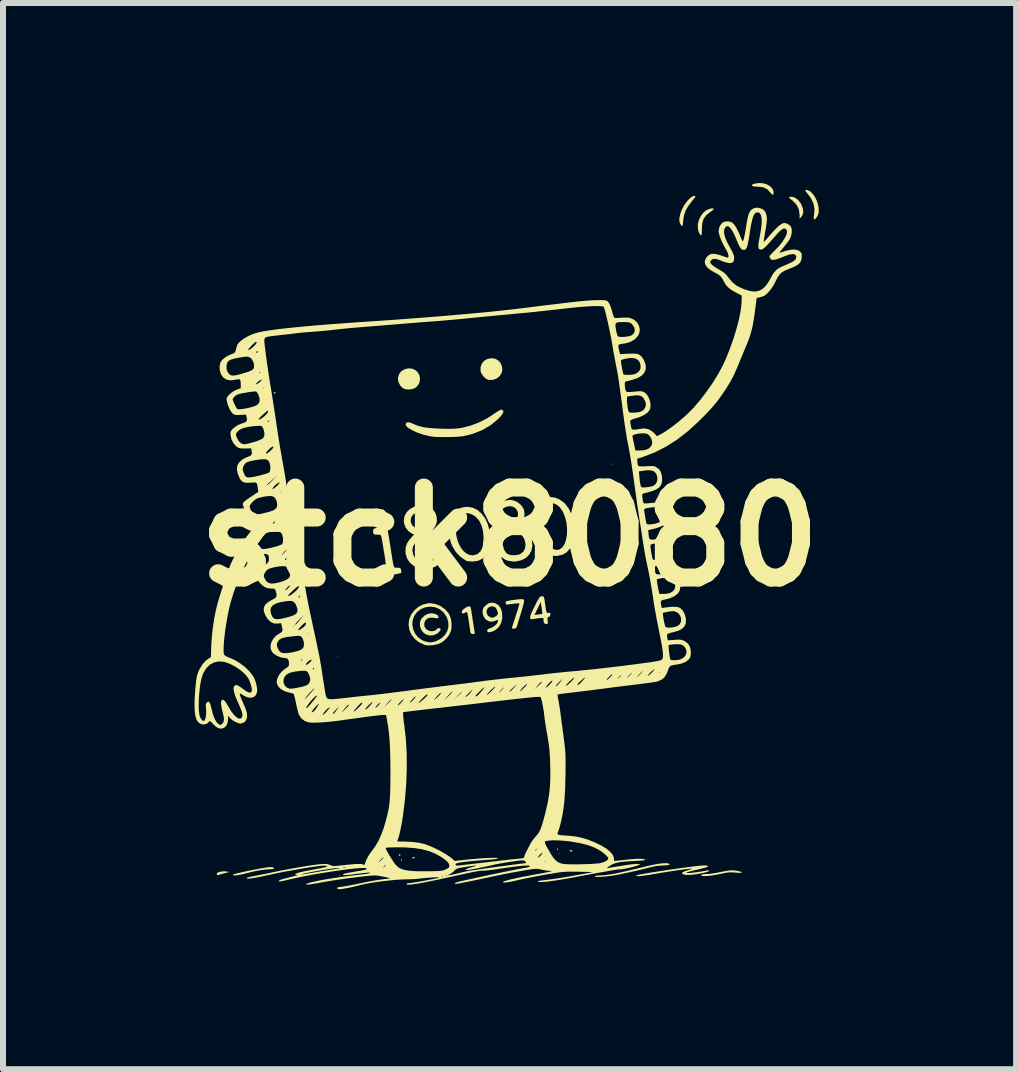
<source format=kicad_pcb>
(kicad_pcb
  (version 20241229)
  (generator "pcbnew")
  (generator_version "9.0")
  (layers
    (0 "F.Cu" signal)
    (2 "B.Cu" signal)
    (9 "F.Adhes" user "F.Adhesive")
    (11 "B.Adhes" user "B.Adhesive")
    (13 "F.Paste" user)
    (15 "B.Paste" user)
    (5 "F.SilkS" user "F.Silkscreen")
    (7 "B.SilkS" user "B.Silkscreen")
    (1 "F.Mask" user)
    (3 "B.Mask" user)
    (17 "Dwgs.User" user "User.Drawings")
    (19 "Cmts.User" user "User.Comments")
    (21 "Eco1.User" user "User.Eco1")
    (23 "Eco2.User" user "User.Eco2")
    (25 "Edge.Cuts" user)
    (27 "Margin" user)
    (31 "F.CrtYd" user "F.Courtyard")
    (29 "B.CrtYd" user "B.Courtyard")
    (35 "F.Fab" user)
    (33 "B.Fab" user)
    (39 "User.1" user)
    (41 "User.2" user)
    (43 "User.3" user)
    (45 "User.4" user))
  (footprint "stck8080"
    (layer "F.Cu")
    (at 5.443 5.898)
    (property "Reference" "stck8080" (at 0 0 0) (layer "F.SilkS") (effects (font (size 1.5 1.5) (thickness 0.3))))
    (attr board_only exclude_from_pos_files exclude_from_bom)
    (fp_poly (pts (xy -2.866 1.999) (xy -2.873 2.005) (xy -2.879 1.999) (xy -2.873 1.992)) (stroke (width 0) (type solid)) (fill yes) (layer "F.SilkS"))
    (fp_poly (pts (xy 0.836 5.277) (xy 0.829 5.283) (xy 0.823 5.277) (xy 0.829 5.27)) (stroke (width 0) (type solid)) (fill yes) (layer "F.SilkS"))
    (fp_poly (pts (xy -2.819 5.647) (xy -2.821 5.655) (xy -2.828 5.656) (xy -2.839 5.651) (xy -2.837 5.647) (xy -2.821 5.646)) (stroke (width 0) (type solid)) (fill yes) (layer "F.SilkS"))
    (fp_poly (pts (xy 1.731 -1.217) (xy 1.729 -1.209) (xy 1.722 -1.208) (xy 1.712 -1.213) (xy 1.714 -1.217) (xy 1.729 -1.218)) (stroke (width 0) (type solid)) (fill yes) (layer "F.SilkS"))
    (fp_poly (pts (xy -3.9 -2.413) (xy -3.904 -2.402) (xy -3.914 -2.391) (xy -3.93 -2.383) (xy -3.933 -2.389) (xy -3.925 -2.405) (xy -3.909 -2.415)) (stroke (width 0) (type solid)) (fill yes) (layer "F.SilkS"))
    (fp_poly (pts (xy -1.822 5.291) (xy -1.82 5.295) (xy -1.821 5.312) (xy -1.824 5.315) (xy -1.841 5.313) (xy -1.844 5.31) (xy -1.843 5.293) (xy -1.839 5.29)) (stroke (width 0) (type solid)) (fill yes) (layer "F.SilkS"))
    (fp_poly (pts (xy -1.791 5.381) (xy -1.793 5.386) (xy -1.805 5.398) (xy -1.807 5.399) (xy -1.812 5.389) (xy -1.812 5.386) (xy -1.803 5.374) (xy -1.799 5.373)) (stroke (width 0) (type solid)) (fill yes) (layer "F.SilkS"))
    (fp_poly (pts (xy -1.583 5.341) (xy -1.581 5.347) (xy -1.591 5.359) (xy -1.6 5.36) (xy -1.617 5.353) (xy -1.62 5.347) (xy -1.609 5.336) (xy -1.6 5.335)) (stroke (width 0) (type solid)) (fill yes) (layer "F.SilkS"))
    (fp_poly (pts (xy 0.809 5.202) (xy 0.81 5.206) (xy 0.805 5.218) (xy 0.804 5.219) (xy 0.793 5.21) (xy 0.791 5.206) (xy 0.792 5.194) (xy 0.796 5.193)) (stroke (width 0) (type solid)) (fill yes) (layer "F.SilkS"))
    (fp_poly (pts (xy 1.043 5.227) (xy 1.048 5.232) (xy 1.044 5.242) (xy 1.029 5.245) (xy 1.008 5.239) (xy 1.003 5.232) (xy 1.013 5.22) (xy 1.021 5.219)) (stroke (width 0) (type solid)) (fill yes) (layer "F.SilkS"))
    (fp_poly (pts (xy 1.658 -0.916) (xy 1.658 -0.913) (xy 1.648 -0.9) (xy 1.645 -0.9) (xy 1.633 -0.91) (xy 1.632 -0.913) (xy 1.642 -0.925) (xy 1.645 -0.926)) (stroke (width 0) (type solid)) (fill yes) (layer "F.SilkS"))
    (fp_poly (pts (xy -4.718 5.577) (xy -4.673 5.586) (xy -4.75 5.606) (xy -4.794 5.618) (xy -4.831 5.629) (xy -4.848 5.636) (xy -4.87 5.636) (xy -4.878 5.63) (xy -4.879 5.609) (xy -4.875 5.602) (xy -4.848 5.588) (xy -4.805 5.578) (xy -4.758 5.574)) (stroke (width 0) (type solid)) (fill yes) (layer "F.SilkS"))
    (fp_poly (pts (xy -2.1 -0.453) (xy -2.069 -0.424) (xy -2.057 -0.377) (xy -2.057 -0.369) (xy -2.068 -0.33) (xy -2.095 -0.295) (xy -2.132 -0.274) (xy -2.153 -0.27) (xy -2.185 -0.279) (xy -2.217 -0.3) (xy -2.218 -0.301) (xy -2.245 -0.343) (xy -2.25 -0.385) (xy -2.234 -0.423) (xy -2.201 -0.451) (xy -2.153 -0.463) (xy -2.147 -0.463)) (stroke (width 0) (type solid)) (fill yes) (layer "F.SilkS"))
    (fp_poly (pts (xy 4.752 -5.656) (xy 4.805 -5.62) (xy 4.85 -5.563) (xy 4.862 -5.541) (xy 4.89 -5.469) (xy 4.896 -5.408) (xy 4.879 -5.357) (xy 4.866 -5.338) (xy 4.834 -5.302) (xy 4.834 -5.374) (xy 4.821 -5.458) (xy 4.785 -5.533) (xy 4.727 -5.595) (xy 4.718 -5.603) (xy 4.678 -5.634) (xy 4.66 -5.654) (xy 4.661 -5.664) (xy 4.682 -5.668) (xy 4.695 -5.669)) (stroke (width 0) (type solid)) (fill yes) (layer "F.SilkS"))
    (fp_poly (pts (xy -0.245 -2.97) (xy -0.19 -2.942) (xy -0.149 -2.894) (xy -0.127 -2.839) (xy -0.12 -2.779) (xy -0.136 -2.723) (xy -0.17 -2.675) (xy -0.218 -2.638) (xy -0.276 -2.617) (xy -0.341 -2.615) (xy -0.357 -2.618) (xy -0.394 -2.636) (xy -0.431 -2.67) (xy -0.463 -2.712) (xy -0.482 -2.754) (xy -0.483 -2.758) (xy -0.484 -2.826) (xy -0.464 -2.885) (xy -0.426 -2.932) (xy -0.374 -2.964) (xy -0.312 -2.977)) (stroke (width 0) (type solid)) (fill yes) (layer "F.SilkS"))
    (fp_poly (pts (xy 4.227 -5.893) (xy 4.291 -5.874) (xy 4.344 -5.843) (xy 4.382 -5.802) (xy 4.4 -5.754) (xy 4.401 -5.745) (xy 4.398 -5.711) (xy 4.386 -5.701) (xy 4.365 -5.715) (xy 4.342 -5.745) (xy 4.293 -5.795) (xy 4.232 -5.825) (xy 4.155 -5.836) (xy 4.148 -5.836) (xy 4.091 -5.838) (xy 4.053 -5.846) (xy 4.036 -5.856) (xy 4.042 -5.869) (xy 4.071 -5.883) (xy 4.084 -5.887) (xy 4.157 -5.898)) (stroke (width 0) (type solid)) (fill yes) (layer "F.SilkS"))
    (fp_poly (pts (xy -1.626 -2.804) (xy -1.572 -2.781) (xy -1.53 -2.743) (xy -1.502 -2.693) (xy -1.492 -2.635) (xy -1.503 -2.571) (xy -1.512 -2.551) (xy -1.538 -2.513) (xy -1.572 -2.483) (xy -1.574 -2.481) (xy -1.624 -2.462) (xy -1.683 -2.456) (xy -1.74 -2.462) (xy -1.776 -2.477) (xy -1.818 -2.516) (xy -1.848 -2.57) (xy -1.861 -2.627) (xy -1.86 -2.65) (xy -1.842 -2.712) (xy -1.807 -2.759) (xy -1.753 -2.792) (xy -1.687 -2.809)) (stroke (width 0) (type solid)) (fill yes) (layer "F.SilkS"))
    (fp_poly (pts (xy 4.967 -5.78) (xy 5.014 -5.756) (xy 5.058 -5.711) (xy 5.097 -5.652) (xy 5.128 -5.584) (xy 5.147 -5.511) (xy 5.154 -5.44) (xy 5.15 -5.397) (xy 5.139 -5.363) (xy 5.121 -5.33) (xy 5.101 -5.304) (xy 5.083 -5.291) (xy 5.072 -5.294) (xy 5.069 -5.314) (xy 5.072 -5.35) (xy 5.077 -5.378) (xy 5.083 -5.467) (xy 5.064 -5.558) (xy 5.022 -5.646) (xy 4.966 -5.721) (xy 4.937 -5.756) (xy 4.929 -5.777) (xy 4.941 -5.784)) (stroke (width 0) (type solid)) (fill yes) (layer "F.SilkS"))
    (fp_poly (pts (xy 3.404 -5.468) (xy 3.394 -5.452) (xy 3.361 -5.426) (xy 3.336 -5.408) (xy 3.275 -5.358) (xy 3.234 -5.3) (xy 3.212 -5.228) (xy 3.206 -5.155) (xy 3.205 -5.106) (xy 3.204 -5.066) (xy 3.203 -5.043) (xy 3.203 -5.042) (xy 3.195 -5.027) (xy 3.18 -5.033) (xy 3.162 -5.06) (xy 3.157 -5.07) (xy 3.138 -5.137) (xy 3.138 -5.21) (xy 3.155 -5.282) (xy 3.188 -5.35) (xy 3.233 -5.407) (xy 3.287 -5.449) (xy 3.35 -5.472) (xy 3.355 -5.472) (xy 3.391 -5.475)) (stroke (width 0) (type solid)) (fill yes) (layer "F.SilkS"))
    (fp_poly (pts (xy -3.94 5.511) (xy -3.922 5.52) (xy -3.928 5.53) (xy -3.956 5.538) (xy -3.993 5.54) (xy -4.075 5.545) (xy -4.175 5.559) (xy -4.287 5.582) (xy -4.398 5.61) (xy -4.467 5.627) (xy -4.527 5.638) (xy -4.574 5.643) (xy -4.605 5.641) (xy -4.615 5.633) (xy -4.603 5.626) (xy -4.569 5.616) (xy -4.519 5.603) (xy -4.456 5.588) (xy -4.384 5.572) (xy -4.307 5.556) (xy -4.229 5.541) (xy -4.155 5.527) (xy -4.088 5.516) (xy -4.034 5.508) (xy -3.995 5.504) (xy -3.981 5.504)) (stroke (width 0) (type solid)) (fill yes) (layer "F.SilkS"))
    (fp_poly (pts (xy 3.092 -5.681) (xy 3.098 -5.676) (xy 3.093 -5.663) (xy 3.075 -5.638) (xy 3.042 -5.598) (xy 3.035 -5.588) (xy 2.975 -5.509) (xy 2.934 -5.437) (xy 2.909 -5.364) (xy 2.896 -5.286) (xy 2.895 -5.273) (xy 2.891 -5.228) (xy 2.885 -5.195) (xy 2.879 -5.18) (xy 2.878 -5.18) (xy 2.864 -5.19) (xy 2.846 -5.213) (xy 2.83 -5.258) (xy 2.831 -5.317) (xy 2.846 -5.385) (xy 2.873 -5.458) (xy 2.912 -5.53) (xy 2.961 -5.596) (xy 2.982 -5.619) (xy 3.024 -5.658) (xy 3.057 -5.678) (xy 3.076 -5.682)) (stroke (width 0) (type solid)) (fill yes) (layer "F.SilkS"))
    (fp_poly (pts (xy 3.757 5.561) (xy 3.808 5.569) (xy 3.827 5.573) (xy 3.86 5.583) (xy 3.87 5.592) (xy 3.858 5.599) (xy 3.828 5.601) (xy 3.802 5.599) (xy 3.725 5.592) (xy 3.657 5.592) (xy 3.588 5.602) (xy 3.513 5.618) (xy 3.445 5.632) (xy 3.376 5.643) (xy 3.312 5.651) (xy 3.258 5.654) (xy 3.217 5.653) (xy 3.197 5.647) (xy 3.196 5.646) (xy 3.197 5.633) (xy 3.222 5.624) (xy 3.27 5.619) (xy 3.3 5.619) (xy 3.339 5.616) (xy 3.395 5.608) (xy 3.461 5.597) (xy 3.529 5.584) (xy 3.605 5.569) (xy 3.663 5.561) (xy 3.712 5.558)) (stroke (width 0) (type solid)) (fill yes) (layer "F.SilkS"))
    (fp_poly (pts (xy -0.657 1.162) (xy -0.649 1.173) (xy -0.645 1.191) (xy -0.638 1.229) (xy -0.63 1.283) (xy -0.62 1.346) (xy -0.618 1.363) (xy -0.607 1.43) (xy -0.598 1.492) (xy -0.59 1.543) (xy -0.584 1.575) (xy -0.584 1.578) (xy -0.58 1.606) (xy -0.587 1.618) (xy -0.609 1.62) (xy -0.637 1.614) (xy -0.649 1.604) (xy -0.653 1.585) (xy -0.659 1.547) (xy -0.667 1.495) (xy -0.674 1.446) (xy -0.685 1.37) (xy -0.694 1.316) (xy -0.7 1.281) (xy -0.707 1.262) (xy -0.715 1.254) (xy -0.725 1.256) (xy -0.739 1.263) (xy -0.745 1.266) (xy -0.772 1.278) (xy -0.786 1.276) (xy -0.795 1.263) (xy -0.799 1.245) (xy -0.787 1.226) (xy -0.758 1.198) (xy -0.717 1.17) (xy -0.681 1.158)) (stroke (width 0) (type solid)) (fill yes) (layer "F.SilkS"))
    (fp_poly (pts (xy -1.264 1.278) (xy -1.224 1.291) (xy -1.194 1.31) (xy -1.183 1.33) (xy -1.19 1.351) (xy -1.214 1.358) (xy -1.257 1.35) (xy -1.26 1.35) (xy -1.317 1.345) (xy -1.365 1.359) (xy -1.401 1.39) (xy -1.421 1.432) (xy -1.421 1.482) (xy -1.413 1.505) (xy -1.385 1.543) (xy -1.343 1.566) (xy -1.294 1.574) (xy -1.247 1.564) (xy -1.208 1.536) (xy -1.208 1.535) (xy -1.189 1.519) (xy -1.169 1.522) (xy -1.158 1.528) (xy -1.148 1.54) (xy -1.154 1.558) (xy -1.161 1.569) (xy -1.207 1.614) (xy -1.266 1.639) (xy -1.33 1.644) (xy -1.395 1.626) (xy -1.398 1.624) (xy -1.444 1.589) (xy -1.476 1.539) (xy -1.494 1.482) (xy -1.494 1.424) (xy -1.474 1.372) (xy -1.47 1.365) (xy -1.421 1.316) (xy -1.365 1.284) (xy -1.309 1.273)) (stroke (width 0) (type solid)) (fill yes) (layer "F.SilkS"))
    (fp_poly (pts (xy 2.641 5.442) (xy 2.666 5.452) (xy 2.668 5.461) (xy 2.649 5.469) (xy 2.611 5.474) (xy 2.56 5.476) (xy 2.443 5.486) (xy 2.339 5.509) (xy 2.266 5.528) (xy 2.188 5.547) (xy 2.101 5.568) (xy 2 5.59) (xy 1.88 5.615) (xy 1.832 5.626) (xy 1.762 5.639) (xy 1.69 5.65) (xy 1.618 5.658) (xy 1.552 5.665) (xy 1.495 5.668) (xy 1.451 5.668) (xy 1.425 5.665) (xy 1.419 5.658) (xy 1.436 5.649) (xy 1.472 5.644) (xy 1.501 5.643) (xy 1.549 5.641) (xy 1.611 5.635) (xy 1.675 5.626) (xy 1.69 5.624) (xy 1.728 5.617) (xy 1.766 5.61) (xy 1.806 5.602) (xy 1.853 5.592) (xy 1.909 5.579) (xy 1.978 5.563) (xy 2.063 5.543) (xy 2.168 5.518) (xy 2.256 5.496) (xy 2.379 5.468) (xy 2.48 5.449) (xy 2.558 5.44) (xy 2.616 5.439)) (stroke (width 0) (type solid)) (fill yes) (layer "F.SilkS"))
    (fp_poly (pts (xy 0.232 1.042) (xy 0.24 1.054) (xy 0.242 1.063) (xy 0.24 1.086) (xy 0.231 1.127) (xy 0.216 1.182) (xy 0.198 1.244) (xy 0.195 1.256) (xy 0.174 1.323) (xy 0.154 1.385) (xy 0.139 1.438) (xy 0.128 1.473) (xy 0.127 1.475) (xy 0.115 1.51) (xy 0.101 1.525) (xy 0.078 1.53) (xy 0.075 1.53) (xy 0.049 1.527) (xy 0.039 1.52) (xy 0.042 1.505) (xy 0.053 1.47) (xy 0.069 1.42) (xy 0.09 1.358) (xy 0.104 1.314) (xy 0.126 1.247) (xy 0.144 1.189) (xy 0.156 1.144) (xy 0.163 1.116) (xy 0.163 1.11) (xy 0.148 1.108) (xy 0.114 1.11) (xy 0.067 1.115) (xy 0.05 1.117) (xy 0.001 1.123) (xy -0.036 1.127) (xy -0.057 1.128) (xy -0.059 1.128) (xy -0.063 1.114) (xy -0.066 1.099) (xy -0.066 1.085) (xy -0.055 1.075) (xy -0.028 1.067) (xy 0.018 1.059) (xy 0.019 1.058) (xy 0.077 1.05) (xy 0.134 1.043) (xy 0.174 1.039) (xy 0.212 1.038)) (stroke (width 0) (type solid)) (fill yes) (layer "F.SilkS"))
    (fp_poly (pts (xy -0.13 -2.119) (xy -0.124 -2.117) (xy -0.104 -2.101) (xy -0.104 -2.076) (xy -0.124 -2.04) (xy -0.164 -1.992) (xy -0.203 -1.954) (xy -0.318 -1.859) (xy -0.453 -1.781) (xy -0.606 -1.72) (xy -0.668 -1.702) (xy -0.721 -1.689) (xy -0.769 -1.679) (xy -0.821 -1.673) (xy -0.883 -1.668) (xy -0.96 -1.665) (xy -1.009 -1.664) (xy -1.123 -1.663) (xy -1.215 -1.665) (xy -1.286 -1.671) (xy -1.32 -1.676) (xy -1.445 -1.706) (xy -1.554 -1.744) (xy -1.622 -1.777) (xy -1.683 -1.813) (xy -1.719 -1.843) (xy -1.733 -1.871) (xy -1.731 -1.883) (xy -1.714 -1.905) (xy -1.684 -1.91) (xy -1.639 -1.898) (xy -1.609 -1.885) (xy -1.548 -1.859) (xy -1.486 -1.84) (xy -1.418 -1.825) (xy -1.339 -1.815) (xy -1.244 -1.808) (xy -1.138 -1.803) (xy -1.042 -1.801) (xy -0.967 -1.801) (xy -0.905 -1.804) (xy -0.851 -1.809) (xy -0.799 -1.817) (xy -0.791 -1.818) (xy -0.65 -1.854) (xy -0.509 -1.907) (xy -0.377 -1.974) (xy -0.315 -2.013) (xy -0.252 -2.056) (xy -0.206 -2.086) (xy -0.175 -2.105) (xy -0.154 -2.116) (xy -0.141 -2.12)) (stroke (width 0) (type solid)) (fill yes) (layer "F.SilkS"))
    (fp_poly (pts (xy -0.25 1.103) (xy -0.239 1.107) (xy -0.185 1.138) (xy -0.147 1.19) (xy -0.125 1.26) (xy -0.124 1.271) (xy -0.122 1.357) (xy -0.14 1.435) (xy -0.177 1.501) (xy -0.23 1.55) (xy -0.235 1.553) (xy -0.275 1.573) (xy -0.315 1.586) (xy -0.348 1.59) (xy -0.364 1.586) (xy -0.375 1.562) (xy -0.363 1.54) (xy -0.332 1.525) (xy -0.325 1.524) (xy -0.286 1.508) (xy -0.246 1.481) (xy -0.214 1.448) (xy -0.195 1.415) (xy -0.193 1.403) (xy -0.195 1.386) (xy -0.206 1.385) (xy -0.228 1.395) (xy -0.286 1.413) (xy -0.341 1.408) (xy -0.389 1.383) (xy -0.425 1.341) (xy -0.446 1.285) (xy -0.449 1.261) (xy -0.384 1.261) (xy -0.368 1.302) (xy -0.354 1.318) (xy -0.313 1.345) (xy -0.27 1.346) (xy -0.225 1.321) (xy -0.223 1.319) (xy -0.201 1.298) (xy -0.194 1.28) (xy -0.199 1.252) (xy -0.204 1.236) (xy -0.219 1.2) (xy -0.238 1.174) (xy -0.244 1.17) (xy -0.29 1.157) (xy -0.33 1.164) (xy -0.362 1.187) (xy -0.381 1.221) (xy -0.384 1.261) (xy -0.449 1.261) (xy -0.45 1.249) (xy -0.446 1.208) (xy -0.431 1.177) (xy -0.407 1.15) (xy -0.357 1.111) (xy -0.306 1.096)) (stroke (width 0) (type solid)) (fill yes) (layer "F.SilkS"))
    (fp_poly (pts (xy -1.238 1.118) (xy -1.153 1.151) (xy -1.079 1.204) (xy -1.019 1.271) (xy -1 1.304) (xy -0.979 1.362) (xy -0.968 1.433) (xy -0.967 1.506) (xy -0.975 1.563) (xy -1.005 1.63) (xy -1.053 1.694) (xy -1.114 1.748) (xy -1.142 1.765) (xy -1.198 1.788) (xy -1.265 1.803) (xy -1.333 1.81) (xy -1.392 1.806) (xy -1.414 1.801) (xy -1.505 1.76) (xy -1.579 1.702) (xy -1.635 1.63) (xy -1.671 1.548) (xy -1.682 1.47) (xy -1.62 1.47) (xy -1.605 1.545) (xy -1.573 1.615) (xy -1.524 1.675) (xy -1.46 1.721) (xy -1.402 1.744) (xy -1.347 1.756) (xy -1.305 1.758) (xy -1.261 1.75) (xy -1.216 1.735) (xy -1.138 1.693) (xy -1.078 1.637) (xy -1.038 1.57) (xy -1.019 1.496) (xy -1.021 1.419) (xy -1.045 1.341) (xy -1.093 1.268) (xy -1.104 1.255) (xy -1.168 1.204) (xy -1.242 1.173) (xy -1.322 1.163) (xy -1.402 1.173) (xy -1.478 1.203) (xy -1.543 1.253) (xy -1.545 1.255) (xy -1.591 1.321) (xy -1.616 1.394) (xy -1.62 1.47) (xy -1.682 1.47) (xy -1.684 1.459) (xy -1.684 1.457) (xy -1.672 1.372) (xy -1.638 1.292) (xy -1.585 1.223) (xy -1.518 1.166) (xy -1.44 1.126) (xy -1.355 1.107) (xy -1.327 1.105)) (stroke (width 0) (type solid)) (fill yes) (layer "F.SilkS"))
    (fp_poly (pts (xy -0.621 -0.488) (xy -0.541 -0.452) (xy -0.47 -0.392) (xy -0.409 -0.31) (xy -0.395 -0.286) (xy -0.359 -0.201) (xy -0.335 -0.105) (xy -0.324 -0.006) (xy -0.325 0.091) (xy -0.34 0.182) (xy -0.367 0.26) (xy -0.397 0.309) (xy -0.454 0.364) (xy -0.519 0.397) (xy -0.598 0.41) (xy -0.617 0.411) (xy -0.665 0.409) (xy -0.705 0.403) (xy -0.726 0.397) (xy -0.822 0.331) (xy -0.898 0.249) (xy -0.957 0.149) (xy -0.979 0.092) (xy -0.999 0.013) (xy -1.009 -0.075) (xy -1.01 -0.164) (xy -1.008 -0.176) (xy -0.899 -0.176) (xy -0.898 -0.123) (xy -0.897 -0.105) (xy -0.884 -0.005) (xy -0.859 0.085) (xy -0.822 0.163) (xy -0.777 0.226) (xy -0.726 0.273) (xy -0.669 0.301) (xy -0.61 0.309) (xy -0.55 0.293) (xy -0.529 0.282) (xy -0.484 0.241) (xy -0.453 0.179) (xy -0.436 0.097) (xy -0.433 0.026) (xy -0.441 -0.089) (xy -0.466 -0.188) (xy -0.507 -0.271) (xy -0.564 -0.335) (xy -0.617 -0.37) (xy -0.687 -0.394) (xy -0.75 -0.395) (xy -0.805 -0.371) (xy -0.85 -0.324) (xy -0.871 -0.286) (xy -0.887 -0.248) (xy -0.896 -0.214) (xy -0.899 -0.176) (xy -1.008 -0.176) (xy -1 -0.245) (xy -0.981 -0.312) (xy -0.979 -0.315) (xy -0.931 -0.395) (xy -0.872 -0.453) (xy -0.799 -0.488) (xy -0.714 -0.501) (xy -0.707 -0.501)) (stroke (width 0) (type solid)) (fill yes) (layer "F.SilkS"))
    (fp_poly (pts (xy 0.556 0.991) (xy 0.567 0.997) (xy 0.575 1.014) (xy 0.582 1.045) (xy 0.589 1.097) (xy 0.59 1.102) (xy 0.6 1.172) (xy 0.608 1.219) (xy 0.615 1.249) (xy 0.623 1.264) (xy 0.633 1.269) (xy 0.647 1.268) (xy 0.651 1.267) (xy 0.673 1.265) (xy 0.681 1.279) (xy 0.681 1.293) (xy 0.673 1.322) (xy 0.654 1.334) (xy 0.637 1.341) (xy 0.631 1.357) (xy 0.634 1.389) (xy 0.635 1.397) (xy 0.638 1.431) (xy 0.635 1.448) (xy 0.621 1.452) (xy 0.612 1.453) (xy 0.585 1.445) (xy 0.573 1.432) (xy 0.567 1.404) (xy 0.566 1.379) (xy 0.564 1.36) (xy 0.556 1.352) (xy 0.534 1.351) (xy 0.498 1.355) (xy 0.45 1.361) (xy 0.406 1.368) (xy 0.39 1.371) (xy 0.362 1.372) (xy 0.346 1.364) (xy 0.341 1.344) (xy 0.349 1.31) (xy 0.352 1.301) (xy 0.415 1.301) (xy 0.479 1.294) (xy 0.517 1.289) (xy 0.541 1.284) (xy 0.547 1.283) (xy 0.546 1.269) (xy 0.543 1.237) (xy 0.536 1.192) (xy 0.535 1.183) (xy 0.519 1.086) (xy 0.467 1.194) (xy 0.415 1.301) (xy 0.352 1.301) (xy 0.369 1.259) (xy 0.402 1.188) (xy 0.418 1.158) (xy 0.451 1.092) (xy 0.476 1.046) (xy 0.494 1.016) (xy 0.509 0.999) (xy 0.523 0.992) (xy 0.537 0.99) (xy 0.539 0.99)) (stroke (width 0) (type solid)) (fill yes) (layer "F.SilkS"))
    (fp_poly (pts (xy 0.76 -0.654) (xy 0.837 -0.621) (xy 0.912 -0.566) (xy 0.924 -0.554) (xy 0.985 -0.475) (xy 1.03 -0.377) (xy 1.059 -0.261) (xy 1.071 -0.127) (xy 1.071 -0.104) (xy 1.064 0.017) (xy 1.041 0.118) (xy 1.003 0.198) (xy 0.95 0.259) (xy 0.881 0.298) (xy 0.797 0.317) (xy 0.791 0.318) (xy 0.732 0.316) (xy 0.679 0.298) (xy 0.671 0.295) (xy 0.608 0.25) (xy 0.548 0.185) (xy 0.495 0.104) (xy 0.451 0.012) (xy 0.423 -0.077) (xy 0.415 -0.121) (xy 0.409 -0.181) (xy 0.406 -0.248) (xy 0.405 -0.283) (xy 0.406 -0.329) (xy 0.518 -0.329) (xy 0.521 -0.2) (xy 0.546 -0.072) (xy 0.585 0.036) (xy 0.627 0.111) (xy 0.675 0.168) (xy 0.727 0.204) (xy 0.779 0.218) (xy 0.829 0.211) (xy 0.876 0.179) (xy 0.88 0.175) (xy 0.918 0.118) (xy 0.943 0.043) (xy 0.957 -0.044) (xy 0.958 -0.139) (xy 0.948 -0.236) (xy 0.925 -0.33) (xy 0.889 -0.417) (xy 0.882 -0.431) (xy 0.836 -0.495) (xy 0.782 -0.539) (xy 0.723 -0.561) (xy 0.663 -0.562) (xy 0.608 -0.54) (xy 0.569 -0.508) (xy 0.542 -0.463) (xy 0.526 -0.402) (xy 0.518 -0.329) (xy 0.406 -0.329) (xy 0.406 -0.349) (xy 0.41 -0.398) (xy 0.417 -0.436) (xy 0.43 -0.471) (xy 0.436 -0.485) (xy 0.482 -0.562) (xy 0.54 -0.617) (xy 0.608 -0.652) (xy 0.682 -0.664)) (stroke (width 0) (type solid)) (fill yes) (layer "F.SilkS"))
    (fp_poly (pts (xy -2.049 -0.162) (xy -2.045 -0.16) (xy -2.04 -0.144) (xy -2.032 -0.107) (xy -2.021 -0.051) (xy -2.009 0.018) (xy -1.996 0.099) (xy -1.987 0.154) (xy -1.971 0.26) (xy -1.958 0.342) (xy -1.948 0.405) (xy -1.94 0.451) (xy -1.932 0.482) (xy -1.924 0.501) (xy -1.916 0.511) (xy -1.905 0.515) (xy -1.892 0.515) (xy -1.876 0.514) (xy -1.872 0.514) (xy -1.836 0.516) (xy -1.819 0.524) (xy -1.81 0.543) (xy -1.808 0.555) (xy -1.804 0.584) (xy -1.805 0.601) (xy -1.805 0.601) (xy -1.82 0.606) (xy -1.854 0.614) (xy -1.901 0.623) (xy -1.954 0.633) (xy -2.008 0.642) (xy -2.056 0.65) (xy -2.092 0.654) (xy -2.105 0.655) (xy -2.134 0.644) (xy -2.147 0.623) (xy -2.157 0.595) (xy -2.157 0.58) (xy -2.146 0.566) (xy -2.139 0.56) (xy -2.111 0.544) (xy -2.088 0.54) (xy -2.064 0.535) (xy -2.057 0.514) (xy -2.057 0.507) (xy -2.059 0.482) (xy -2.064 0.439) (xy -2.073 0.38) (xy -2.083 0.312) (xy -2.095 0.239) (xy -2.107 0.167) (xy -2.118 0.1) (xy -2.128 0.044) (xy -2.136 0.003) (xy -2.141 -0.017) (xy -2.156 -0.033) (xy -2.187 -0.037) (xy -2.197 -0.037) (xy -2.233 -0.037) (xy -2.258 -0.042) (xy -2.26 -0.043) (xy -2.271 -0.062) (xy -2.275 -0.092) (xy -2.272 -0.121) (xy -2.264 -0.134) (xy -2.241 -0.142) (xy -2.204 -0.15) (xy -2.158 -0.156) (xy -2.112 -0.161) (xy -2.073 -0.163)) (stroke (width 0) (type solid)) (fill yes) (layer "F.SilkS"))
    (fp_poly (pts (xy 3.282 5.478) (xy 3.305 5.484) (xy 3.309 5.487) (xy 3.306 5.495) (xy 3.288 5.504) (xy 3.251 5.516) (xy 3.194 5.531) (xy 3.114 5.55) (xy 3.099 5.553) (xy 3.025 5.571) (xy 2.976 5.585) (xy 2.951 5.595) (xy 2.95 5.602) (xy 2.974 5.604) (xy 3.02 5.601) (xy 3.09 5.593) (xy 3.143 5.585) (xy 3.201 5.577) (xy 3.251 5.568) (xy 3.288 5.562) (xy 3.3 5.559) (xy 3.323 5.558) (xy 3.329 5.564) (xy 3.317 5.575) (xy 3.285 5.587) (xy 3.237 5.6) (xy 3.179 5.611) (xy 3.117 5.622) (xy 3.054 5.63) (xy 2.997 5.634) (xy 2.951 5.635) (xy 2.93 5.633) (xy 2.889 5.622) (xy 2.873 5.609) (xy 2.882 5.593) (xy 2.916 5.575) (xy 2.969 5.557) (xy 3.011 5.544) (xy 3.039 5.534) (xy 3.047 5.529) (xy 3.045 5.528) (xy 3.019 5.53) (xy 2.972 5.535) (xy 2.908 5.543) (xy 2.832 5.553) (xy 2.747 5.565) (xy 2.657 5.579) (xy 2.568 5.593) (xy 2.482 5.607) (xy 2.423 5.617) (xy 2.312 5.636) (xy 2.226 5.648) (xy 2.163 5.655) (xy 2.126 5.655) (xy 2.112 5.649) (xy 2.115 5.643) (xy 2.132 5.637) (xy 2.171 5.628) (xy 2.229 5.617) (xy 2.303 5.604) (xy 2.39 5.59) (xy 2.486 5.575) (xy 2.589 5.559) (xy 2.694 5.543) (xy 2.799 5.528) (xy 2.901 5.514) (xy 2.997 5.502) (xy 3.082 5.491) (xy 3.154 5.483) (xy 3.211 5.478) (xy 3.247 5.476)) (stroke (width 0) (type solid)) (fill yes) (layer "F.SilkS"))
    (fp_poly (pts (xy -1.406 -0.521) (xy -1.334 -0.497) (xy -1.276 -0.455) (xy -1.235 -0.396) (xy -1.214 -0.328) (xy -1.211 -0.262) (xy -1.225 -0.204) (xy -1.26 -0.146) (xy -1.266 -0.138) (xy -1.309 -0.081) (xy -1.264 -0.059) (xy -1.183 -0.009) (xy -1.122 0.055) (xy -1.083 0.129) (xy -1.067 0.21) (xy -1.075 0.297) (xy -1.087 0.336) (xy -1.124 0.404) (xy -1.18 0.46) (xy -1.252 0.503) (xy -1.335 0.529) (xy -1.425 0.538) (xy -1.493 0.532) (xy -1.522 0.522) (xy -1.563 0.503) (xy -1.596 0.485) (xy -1.661 0.431) (xy -1.707 0.363) (xy -1.732 0.283) (xy -1.735 0.235) (xy -1.734 0.22) (xy -1.62 0.22) (xy -1.608 0.289) (xy -1.595 0.32) (xy -1.568 0.364) (xy -1.537 0.393) (xy -1.492 0.415) (xy -1.482 0.419) (xy -1.416 0.431) (xy -1.343 0.422) (xy -1.289 0.403) (xy -1.238 0.366) (xy -1.206 0.317) (xy -1.191 0.259) (xy -1.195 0.197) (xy -1.216 0.137) (xy -1.254 0.084) (xy -1.304 0.045) (xy -1.362 0.015) (xy -1.41 0.004) (xy -1.454 0.011) (xy -1.502 0.036) (xy -1.509 0.041) (xy -1.57 0.094) (xy -1.607 0.155) (xy -1.62 0.22) (xy -1.734 0.22) (xy -1.729 0.164) (xy -1.706 0.103) (xy -1.665 0.043) (xy -1.646 0.021) (xy -1.592 -0.037) (xy -1.622 -0.052) (xy -1.688 -0.098) (xy -1.734 -0.159) (xy -1.759 -0.228) (xy -1.763 -0.271) (xy -1.763 -0.273) (xy -1.649 -0.273) (xy -1.643 -0.238) (xy -1.619 -0.189) (xy -1.575 -0.153) (xy -1.535 -0.135) (xy -1.49 -0.121) (xy -1.456 -0.12) (xy -1.426 -0.133) (xy -1.39 -0.164) (xy -1.382 -0.171) (xy -1.349 -0.206) (xy -1.331 -0.234) (xy -1.324 -0.262) (xy -1.324 -0.275) (xy -1.334 -0.338) (xy -1.364 -0.384) (xy -1.411 -0.413) (xy -1.473 -0.423) (xy -1.497 -0.421) (xy -1.56 -0.404) (xy -1.609 -0.371) (xy -1.639 -0.326) (xy -1.649 -0.273) (xy -1.763 -0.273) (xy -1.751 -0.345) (xy -1.716 -0.41) (xy -1.662 -0.463) (xy -1.591 -0.501) (xy -1.506 -0.522) (xy -1.489 -0.524)) (stroke (width 0) (type solid)) (fill yes) (layer "F.SilkS"))
    (fp_poly (pts (xy 0.075 -0.605) (xy 0.14 -0.574) (xy 0.194 -0.527) (xy 0.233 -0.469) (xy 0.243 -0.441) (xy 0.25 -0.372) (xy 0.237 -0.301) (xy 0.207 -0.243) (xy 0.186 -0.212) (xy 0.181 -0.191) (xy 0.193 -0.171) (xy 0.225 -0.147) (xy 0.237 -0.139) (xy 0.301 -0.086) (xy 0.344 -0.026) (xy 0.371 0.048) (xy 0.373 0.059) (xy 0.38 0.148) (xy 0.365 0.228) (xy 0.328 0.296) (xy 0.273 0.35) (xy 0.201 0.388) (xy 0.114 0.409) (xy 0.065 0.411) (xy -0.024 0.399) (xy -0.072 0.381) (xy -0.137 0.336) (xy -0.188 0.274) (xy -0.22 0.199) (xy -0.23 0.122) (xy -0.113 0.122) (xy -0.111 0.143) (xy -0.091 0.214) (xy -0.058 0.266) (xy -0.029 0.288) (xy 0.019 0.303) (xy 0.078 0.307) (xy 0.137 0.3) (xy 0.18 0.286) (xy 0.228 0.248) (xy 0.257 0.195) (xy 0.266 0.13) (xy 0.265 0.112) (xy 0.246 0.036) (xy 0.209 -0.022) (xy 0.153 -0.062) (xy 0.079 -0.084) (xy 0.067 -0.086) (xy 0.026 -0.088) (xy -0.002 -0.082) (xy -0.031 -0.063) (xy -0.035 -0.059) (xy -0.077 -0.008) (xy -0.104 0.055) (xy -0.113 0.122) (xy -0.23 0.122) (xy -0.231 0.114) (xy -0.231 0.111) (xy -0.223 0.056) (xy -0.2 -0.006) (xy -0.169 -0.063) (xy -0.138 -0.101) (xy -0.106 -0.13) (xy -0.163 -0.183) (xy -0.206 -0.226) (xy -0.233 -0.262) (xy -0.25 -0.301) (xy -0.259 -0.334) (xy -0.26 -0.367) (xy -0.153 -0.367) (xy -0.135 -0.31) (xy -0.128 -0.298) (xy -0.091 -0.257) (xy -0.04 -0.229) (xy 0.008 -0.219) (xy 0.037 -0.226) (xy 0.069 -0.245) (xy 0.069 -0.245) (xy 0.114 -0.293) (xy 0.137 -0.344) (xy 0.141 -0.394) (xy 0.127 -0.44) (xy 0.098 -0.478) (xy 0.056 -0.503) (xy 0.004 -0.512) (xy -0.057 -0.501) (xy -0.069 -0.496) (xy -0.119 -0.464) (xy -0.147 -0.42) (xy -0.153 -0.367) (xy -0.26 -0.367) (xy -0.261 -0.399) (xy -0.242 -0.463) (xy -0.203 -0.521) (xy -0.15 -0.568) (xy -0.086 -0.598) (xy -0.044 -0.609) (xy -0.008 -0.616) (xy 0.006 -0.617)) (stroke (width 0) (type solid)) (fill yes) (layer "F.SilkS"))
    (fp_poly (pts (xy 4.167 -5.482) (xy 4.218 -5.461) (xy 4.244 -5.44) (xy 4.268 -5.404) (xy 4.283 -5.362) (xy 4.289 -5.308) (xy 4.285 -5.239) (xy 4.273 -5.151) (xy 4.262 -5.091) (xy 4.251 -5.028) (xy 4.242 -4.974) (xy 4.236 -4.935) (xy 4.234 -4.915) (xy 4.234 -4.914) (xy 4.244 -4.921) (xy 4.267 -4.945) (xy 4.299 -4.981) (xy 4.338 -5.027) (xy 4.345 -5.035) (xy 4.416 -5.114) (xy 4.477 -5.174) (xy 4.529 -5.213) (xy 4.569 -5.231) (xy 4.579 -5.232) (xy 4.616 -5.223) (xy 4.656 -5.203) (xy 4.686 -5.176) (xy 4.691 -5.168) (xy 4.703 -5.126) (xy 4.703 -5.071) (xy 4.691 -5.014) (xy 4.678 -4.98) (xy 4.659 -4.947) (xy 4.627 -4.901) (xy 4.588 -4.852) (xy 4.567 -4.826) (xy 4.534 -4.786) (xy 4.511 -4.755) (xy 4.501 -4.737) (xy 4.504 -4.734) (xy 4.608 -4.769) (xy 4.694 -4.787) (xy 4.764 -4.788) (xy 4.817 -4.772) (xy 4.842 -4.754) (xy 4.861 -4.733) (xy 4.869 -4.71) (xy 4.87 -4.676) (xy 4.869 -4.654) (xy 4.861 -4.61) (xy 4.845 -4.575) (xy 4.816 -4.544) (xy 4.771 -4.516) (xy 4.707 -4.486) (xy 4.664 -4.469) (xy 4.594 -4.44) (xy 4.542 -4.411) (xy 4.504 -4.377) (xy 4.472 -4.333) (xy 4.44 -4.272) (xy 4.431 -4.253) (xy 4.393 -4.182) (xy 4.348 -4.116) (xy 4.299 -4.062) (xy 4.253 -4.023) (xy 4.242 -4.017) (xy 4.205 -4.002) (xy 4.164 -3.991) (xy 4.119 -3.983) (xy 4.09 -3.762) (xy 4.073 -3.641) (xy 4.056 -3.539) (xy 4.037 -3.452) (xy 4.014 -3.372) (xy 3.988 -3.293) (xy 3.958 -3.218) (xy 3.933 -3.158) (xy 3.901 -3.082) (xy 3.868 -3.001) (xy 3.835 -2.923) (xy 3.83 -2.909) (xy 3.789 -2.811) (xy 3.754 -2.732) (xy 3.722 -2.664) (xy 3.689 -2.603) (xy 3.654 -2.542) (xy 3.612 -2.475) (xy 3.586 -2.436) (xy 3.53 -2.354) (xy 3.477 -2.28) (xy 3.422 -2.211) (xy 3.362 -2.141) (xy 3.293 -2.067) (xy 3.21 -1.983) (xy 3.154 -1.927) (xy 2.973 -1.761) (xy 2.791 -1.62) (xy 2.607 -1.503) (xy 2.419 -1.407) (xy 2.225 -1.333) (xy 2.198 -1.324) (xy 2.127 -1.303) (xy 2.131 -1.252) (xy 2.133 -1.216) (xy 2.139 -1.193) (xy 2.153 -1.179) (xy 2.178 -1.174) (xy 2.221 -1.174) (xy 2.278 -1.177) (xy 2.34 -1.18) (xy 2.382 -1.18) (xy 2.411 -1.176) (xy 2.433 -1.169) (xy 2.451 -1.158) (xy 2.495 -1.123) (xy 2.523 -1.078) (xy 2.538 -1.017) (xy 2.542 -0.988) (xy 2.542 -0.926) (xy 2.529 -0.874) (xy 2.501 -0.831) (xy 2.454 -0.796) (xy 2.388 -0.766) (xy 2.299 -0.74) (xy 2.245 -0.727) (xy 2.224 -0.721) (xy 2.213 -0.711) (xy 2.211 -0.689) (xy 2.215 -0.65) (xy 2.215 -0.647) (xy 2.221 -0.605) (xy 2.229 -0.573) (xy 2.235 -0.562) (xy 2.255 -0.557) (xy 2.299 -0.558) (xy 2.355 -0.565) (xy 2.439 -0.572) (xy 2.504 -0.563) (xy 2.553 -0.539) (xy 2.59 -0.496) (xy 2.615 -0.434) (xy 2.616 -0.432) (xy 2.633 -0.353) (xy 2.632 -0.287) (xy 2.615 -0.236) (xy 2.609 -0.227) (xy 2.577 -0.201) (xy 2.526 -0.174) (xy 2.46 -0.15) (xy 2.385 -0.129) (xy 2.375 -0.127) (xy 2.311 -0.113) (xy 2.317 -0.043) (xy 2.322 0.004) (xy 2.333 0.033) (xy 2.353 0.046) (xy 2.388 0.046) (xy 2.442 0.039) (xy 2.494 0.032) (xy 2.543 0.029) (xy 2.576 0.031) (xy 2.626 0.053) (xy 2.67 0.095) (xy 2.702 0.153) (xy 2.721 0.222) (xy 2.725 0.271) (xy 2.721 0.315) (xy 2.707 0.352) (xy 2.679 0.383) (xy 2.635 0.41) (xy 2.572 0.436) (xy 2.487 0.463) (xy 2.481 0.465) (xy 2.446 0.477) (xy 2.429 0.489) (xy 2.424 0.511) (xy 2.424 0.534) (xy 2.425 0.576) (xy 2.431 0.603) (xy 2.445 0.619) (xy 2.472 0.626) (xy 2.516 0.626) (xy 2.574 0.623) (xy 2.635 0.62) (xy 2.678 0.62) (xy 2.707 0.623) (xy 2.729 0.631) (xy 2.746 0.641) (xy 2.784 0.677) (xy 2.816 0.729) (xy 2.838 0.79) (xy 2.845 0.844) (xy 2.833 0.902) (xy 2.797 0.952) (xy 2.739 0.994) (xy 2.66 1.027) (xy 2.599 1.042) (xy 2.553 1.052) (xy 2.528 1.064) (xy 2.52 1.085) (xy 2.523 1.121) (xy 2.528 1.144) (xy 2.536 1.186) (xy 2.615 1.175) (xy 2.698 1.166) (xy 2.761 1.165) (xy 2.807 1.171) (xy 2.841 1.184) (xy 2.85 1.19) (xy 2.891 1.234) (xy 2.922 1.296) (xy 2.939 1.368) (xy 2.94 1.381) (xy 2.937 1.443) (xy 2.915 1.493) (xy 2.874 1.533) (xy 2.812 1.565) (xy 2.726 1.59) (xy 2.708 1.593) (xy 2.667 1.604) (xy 2.638 1.615) (xy 2.628 1.621) (xy 2.625 1.642) (xy 2.627 1.675) (xy 2.628 1.68) (xy 2.637 1.725) (xy 2.748 1.717) (xy 2.805 1.713) (xy 2.844 1.714) (xy 2.874 1.719) (xy 2.903 1.73) (xy 2.918 1.738) (xy 2.97 1.775) (xy 3.003 1.825) (xy 3.019 1.891) (xy 3.021 1.93) (xy 3.018 1.979) (xy 3.008 2.012) (xy 2.989 2.041) (xy 2.937 2.083) (xy 2.864 2.113) (xy 2.78 2.129) (xy 2.724 2.137) (xy 2.689 2.148) (xy 2.666 2.167) (xy 2.651 2.195) (xy 2.647 2.208) (xy 2.616 2.286) (xy 2.579 2.343) (xy 2.531 2.382) (xy 2.469 2.408) (xy 2.439 2.416) (xy 2.409 2.421) (xy 2.357 2.429) (xy 2.29 2.438) (xy 2.211 2.448) (xy 2.127 2.459) (xy 2.104 2.461) (xy 2.002 2.474) (xy 1.888 2.488) (xy 1.774 2.502) (xy 1.667 2.516) (xy 1.59 2.526) (xy 1.497 2.538) (xy 1.388 2.552) (xy 1.272 2.567) (xy 1.16 2.58) (xy 1.079 2.59) (xy 0.998 2.6) (xy 0.926 2.608) (xy 0.867 2.616) (xy 0.825 2.622) (xy 0.803 2.626) (xy 0.801 2.627) (xy 0.801 2.641) (xy 0.805 2.674) (xy 0.813 2.719) (xy 0.815 2.727) (xy 0.824 2.778) (xy 0.835 2.845) (xy 0.846 2.92) (xy 0.855 2.989) (xy 0.865 3.068) (xy 0.877 3.155) (xy 0.887 3.236) (xy 0.895 3.291) (xy 0.905 3.368) (xy 0.916 3.455) (xy 0.925 3.537) (xy 0.927 3.561) (xy 0.931 3.621) (xy 0.933 3.703) (xy 0.934 3.799) (xy 0.933 3.906) (xy 0.931 4.019) (xy 0.928 4.132) (xy 0.924 4.24) (xy 0.918 4.338) (xy 0.912 4.422) (xy 0.911 4.435) (xy 0.901 4.513) (xy 0.888 4.599) (xy 0.871 4.686) (xy 0.853 4.767) (xy 0.835 4.837) (xy 0.818 4.888) (xy 0.817 4.891) (xy 0.804 4.924) (xy 0.799 4.946) (xy 0.807 4.96) (xy 0.829 4.969) (xy 0.869 4.974) (xy 0.931 4.978) (xy 0.948 4.979) (xy 1.076 4.99) (xy 1.191 5.012) (xy 1.306 5.046) (xy 1.413 5.089) (xy 1.522 5.141) (xy 1.611 5.194) (xy 1.677 5.248) (xy 1.72 5.301) (xy 1.74 5.352) (xy 1.74 5.362) (xy 1.742 5.402) (xy 1.812 5.395) (xy 1.856 5.39) (xy 1.916 5.384) (xy 1.983 5.377) (xy 2.018 5.373) (xy 2.092 5.367) (xy 2.157 5.365) (xy 2.21 5.367) (xy 2.246 5.373) (xy 2.262 5.383) (xy 2.262 5.385) (xy 2.25 5.389) (xy 2.217 5.393) (xy 2.167 5.398) (xy 2.105 5.401) (xy 2.079 5.403) (xy 1.971 5.408) (xy 1.884 5.416) (xy 1.815 5.426) (xy 1.76 5.44) (xy 1.713 5.458) (xy 1.672 5.482) (xy 1.667 5.485) (xy 1.633 5.51) (xy 1.622 5.522) (xy 1.632 5.522) (xy 1.662 5.516) (xy 1.714 5.507) (xy 1.785 5.496) (xy 1.873 5.482) (xy 1.976 5.466) (xy 1.999 5.462) (xy 2.062 5.455) (xy 2.114 5.451) (xy 2.152 5.452) (xy 2.171 5.457) (xy 2.172 5.46) (xy 2.161 5.468) (xy 2.129 5.479) (xy 2.084 5.493) (xy 2.031 5.507) (xy 1.975 5.52) (xy 1.923 5.531) (xy 1.879 5.538) (xy 1.853 5.54) (xy 1.839 5.541) (xy 1.819 5.543) (xy 1.792 5.546) (xy 1.756 5.551) (xy 1.709 5.559) (xy 1.649 5.569) (xy 1.574 5.583) (xy 1.482 5.599) (xy 1.372 5.619) (xy 1.241 5.643) (xy 1.088 5.672) (xy 1.003 5.688) (xy 0.887 5.708) (xy 0.78 5.725) (xy 0.685 5.739) (xy 0.604 5.748) (xy 0.54 5.753) (xy 0.495 5.753) (xy 0.473 5.748) (xy 0.472 5.748) (xy 0.476 5.739) (xy 0.503 5.731) (xy 0.529 5.728) (xy 0.628 5.715) (xy 0.713 5.704) (xy 0.791 5.693) (xy 0.87 5.681) (xy 0.956 5.667) (xy 1.057 5.649) (xy 1.099 5.641) (xy 1.181 5.626) (xy 1.255 5.613) (xy 1.316 5.602) (xy 1.362 5.593) (xy 1.387 5.588) (xy 1.391 5.588) (xy 1.382 5.587) (xy 1.351 5.586) (xy 1.301 5.584) (xy 1.237 5.583) (xy 1.162 5.582) (xy 1.15 5.581) (xy 1.064 5.58) (xy 0.994 5.58) (xy 0.935 5.582) (xy 0.879 5.586) (xy 0.821 5.593) (xy 0.752 5.604) (xy 0.668 5.618) (xy 0.633 5.624) (xy 0.537 5.641) (xy 0.434 5.66) (xy 0.332 5.68) (xy 0.24 5.699) (xy 0.174 5.713) (xy 0.093 5.732) (xy 0.032 5.745) (xy -0.012 5.753) (xy -0.044 5.758) (xy -0.068 5.761) (xy -0.089 5.761) (xy -0.096 5.76) (xy -0.114 5.756) (xy -0.11 5.749) (xy -0.083 5.737) (xy -0.037 5.724) (xy 0.027 5.707) (xy 0.108 5.689) (xy 0.202 5.669) (xy 0.309 5.649) (xy 0.411 5.63) (xy 0.487 5.616) (xy 0.557 5.604) (xy 0.615 5.592) (xy 0.657 5.584) (xy 0.675 5.579) (xy 0.713 5.568) (xy 0.667 5.567) (xy 0.63 5.564) (xy 0.58 5.556) (xy 0.531 5.546) (xy 0.499 5.539) (xy 0.471 5.534) (xy 0.443 5.533) (xy 0.41 5.535) (xy 0.367 5.54) (xy 0.309 5.549) (xy 0.233 5.561) (xy 0.205 5.566) (xy 0.117 5.582) (xy 0.013 5.601) (xy -0.1 5.623) (xy -0.212 5.646) (xy -0.317 5.668) (xy -0.328 5.671) (xy -0.461 5.699) (xy -0.58 5.724) (xy -0.683 5.745) (xy -0.768 5.762) (xy -0.833 5.775) (xy -0.877 5.782) (xy -0.897 5.784) (xy -0.912 5.777) (xy -0.913 5.772) (xy -0.901 5.765) (xy -0.87 5.754) (xy -0.824 5.742) (xy -0.794 5.735) (xy -0.562 5.684) (xy -0.353 5.639) (xy -0.167 5.6) (xy -0.004 5.567) (xy 0.135 5.539) (xy 0.25 5.518) (xy 0.299 5.509) (xy 0.331 5.5) (xy 0.34 5.489) (xy 0.339 5.486) (xy 0.324 5.48) (xy 0.29 5.478) (xy 0.234 5.48) (xy 0.157 5.488) (xy 0.058 5.5) (xy -0.066 5.517) (xy -0.141 5.528) (xy -0.223 5.54) (xy -0.297 5.55) (xy -0.36 5.558) (xy -0.407 5.563) (xy -0.434 5.565) (xy -0.437 5.564) (xy -0.458 5.564) (xy -0.485 5.566) (xy -0.521 5.57) (xy -0.567 5.579) (xy -0.628 5.59) (xy -0.706 5.607) (xy -0.803 5.628) (xy -0.922 5.654) (xy -0.938 5.658) (xy -1.113 5.696) (xy -1.264 5.728) (xy -1.392 5.754) (xy -1.497 5.774) (xy -1.582 5.787) (xy -1.645 5.795) (xy -1.689 5.797) (xy -1.715 5.793) (xy -1.722 5.784) (xy -1.711 5.776) (xy -1.684 5.772) (xy -1.681 5.771) (xy -1.654 5.769) (xy -1.607 5.763) (xy -1.546 5.753) (xy -1.476 5.741) (xy -1.402 5.728) (xy -1.33 5.714) (xy -1.266 5.702) (xy -1.213 5.691) (xy -1.179 5.682) (xy -1.176 5.681) (xy -1.171 5.677) (xy -1.187 5.675) (xy -1.22 5.674) (xy -1.266 5.676) (xy -1.32 5.679) (xy -1.378 5.683) (xy -1.435 5.688) (xy -1.488 5.695) (xy -1.491 5.695) (xy -1.546 5.701) (xy -1.613 5.705) (xy -1.679 5.707) (xy -1.685 5.707) (xy -1.792 5.71) (xy -1.914 5.718) (xy -2.042 5.731) (xy -2.173 5.747) (xy -2.297 5.765) (xy -2.41 5.786) (xy -2.504 5.807) (xy -2.513 5.81) (xy -2.563 5.822) (xy -2.622 5.836) (xy -2.683 5.849) (xy -2.742 5.86) (xy -2.791 5.869) (xy -2.824 5.873) (xy -2.833 5.873) (xy -2.858 5.868) (xy -2.863 5.866) (xy -2.879 5.855) (xy -2.87 5.845) (xy -2.836 5.836) (xy -2.793 5.831) (xy -2.749 5.825) (xy -2.688 5.814) (xy -2.615 5.8) (xy -2.537 5.784) (xy -2.5 5.776) (xy -2.398 5.755) (xy -2.289 5.734) (xy -2.182 5.717) (xy -2.083 5.703) (xy -2.002 5.694) (xy -1.999 5.694) (xy -1.996 5.69) (xy -2.013 5.684) (xy -2.044 5.676) (xy -2.086 5.667) (xy -2.119 5.66) (xy -1.127 5.66) (xy -1.125 5.668) (xy -1.118 5.669) (xy -1.108 5.664) (xy -1.11 5.66) (xy -1.125 5.659) (xy -1.127 5.66) (xy -2.119 5.66) (xy -2.132 5.658) (xy -2.177 5.65) (xy -2.196 5.647) (xy -1.063 5.647) (xy -1.061 5.655) (xy -1.054 5.656) (xy -1.043 5.651) (xy -1.045 5.647) (xy -1.061 5.646) (xy -1.063 5.647) (xy -2.196 5.647) (xy -2.215 5.645) (xy -2.237 5.643) (xy -1.035 5.643) (xy -0.983 5.635) (xy -0.947 5.628) (xy -0.896 5.617) (xy -0.837 5.603) (xy -0.816 5.597) (xy -0.756 5.583) (xy -0.696 5.57) (xy -0.648 5.561) (xy -0.636 5.56) (xy -0.598 5.555) (xy -0.543 5.547) (xy -0.476 5.537) (xy -0.407 5.527) (xy -0.405 5.527) (xy -0.349 5.519) (xy -0.28 5.509) (xy -0.201 5.498) (xy -0.117 5.487) (xy -0.032 5.476) (xy 0.05 5.465) (xy 0.125 5.455) (xy 0.19 5.447) (xy 0.239 5.441) (xy 0.269 5.438) (xy 0.275 5.437) (xy 0.276 5.43) (xy 0.264 5.412) (xy 0.255 5.405) (xy 0.578 5.405) (xy 0.585 5.412) (xy 0.591 5.405) (xy 0.585 5.399) (xy 0.578 5.405) (xy 0.255 5.405) (xy 0.245 5.397) (xy 0.22 5.392) (xy 0.178 5.394) (xy 0.175 5.394) (xy 0.12 5.401) (xy 0.049 5.411) (xy -0.03 5.423) (xy -0.11 5.436) (xy -0.184 5.449) (xy -0.246 5.461) (xy -0.283 5.47) (xy -0.334 5.482) (xy -0.397 5.495) (xy -0.466 5.51) (xy -0.535 5.524) (xy -0.6 5.536) (xy -0.655 5.546) (xy -0.694 5.552) (xy -0.709 5.553) (xy -0.729 5.55) (xy -0.726 5.542) (xy -0.701 5.529) (xy -0.658 5.514) (xy -0.623 5.503) (xy -0.58 5.49) (xy -0.558 5.482) (xy -0.557 5.479) (xy -0.579 5.479) (xy -0.625 5.485) (xy -0.694 5.495) (xy -0.73 5.501) (xy -0.797 5.511) (xy -0.844 5.521) (xy -0.875 5.53) (xy -0.896 5.54) (xy -0.91 5.554) (xy -0.914 5.559) (xy -0.944 5.587) (xy -0.981 5.614) (xy -0.988 5.618) (xy -1.035 5.643) (xy -2.237 5.643) (xy -2.243 5.643) (xy -2.243 5.643) (xy -2.291 5.645) (xy -2.361 5.651) (xy -2.447 5.66) (xy -2.544 5.672) (xy -2.65 5.685) (xy -2.758 5.7) (xy -2.865 5.715) (xy -2.967 5.731) (xy -3.058 5.746) (xy -3.097 5.753) (xy -3.197 5.771) (xy -3.274 5.784) (xy -3.329 5.793) (xy -3.366 5.796) (xy -3.386 5.795) (xy -3.39 5.79) (xy -3.386 5.785) (xy -3.364 5.775) (xy -3.32 5.761) (xy -3.257 5.746) (xy -3.177 5.729) (xy -3.085 5.712) (xy -2.983 5.695) (xy -2.874 5.678) (xy -2.763 5.662) (xy -2.651 5.648) (xy -2.558 5.637) (xy -2.473 5.628) (xy -2.411 5.62) (xy -2.368 5.614) (xy -2.342 5.609) (xy -2.33 5.604) (xy -2.329 5.599) (xy -2.33 5.597) (xy -2.345 5.596) (xy -2.38 5.598) (xy -2.433 5.603) (xy -2.498 5.611) (xy -2.551 5.618) (xy -2.642 5.629) (xy -2.709 5.636) (xy -2.753 5.638) (xy -2.775 5.635) (xy -2.776 5.627) (xy -2.765 5.618) (xy -2.747 5.612) (xy -2.708 5.603) (xy -2.655 5.593) (xy -2.592 5.582) (xy -2.579 5.579) (xy -2.503 5.567) (xy -2.448 5.557) (xy -2.413 5.55) (xy -2.392 5.544) (xy -2.383 5.538) (xy -2.382 5.532) (xy -2.385 5.526) (xy -2.403 5.52) (xy -2.442 5.519) (xy -2.502 5.521) (xy -2.579 5.528) (xy -2.67 5.538) (xy -2.773 5.551) (xy -2.885 5.566) (xy -3.003 5.584) (xy -3.125 5.603) (xy -3.247 5.624) (xy -3.368 5.646) (xy -3.484 5.669) (xy -3.593 5.693) (xy -3.631 5.701) (xy -3.709 5.719) (xy -3.764 5.732) (xy -3.802 5.74) (xy -3.826 5.743) (xy -3.838 5.744) (xy -3.843 5.741) (xy -3.843 5.735) (xy -3.843 5.734) (xy -3.84 5.727) (xy -3.83 5.72) (xy -3.807 5.712) (xy -3.771 5.701) (xy -3.716 5.687) (xy -3.641 5.667) (xy -3.618 5.662) (xy -3.57 5.649) (xy -3.538 5.64) (xy -3.525 5.635) (xy -3.532 5.634) (xy -3.56 5.634) (xy -3.571 5.63) (xy -3.49 5.63) (xy -3.439 5.623) (xy -3.404 5.619) (xy -3.353 5.61) (xy -3.292 5.6) (xy -3.246 5.592) (xy -3.169 5.578) (xy -3.082 5.564) (xy -3.001 5.551) (xy -2.969 5.546) (xy -2.897 5.535) (xy -2.85 5.527) (xy -2.827 5.521) (xy -2.829 5.519) (xy -2.856 5.519) (xy -2.905 5.522) (xy -2.952 5.528) (xy -3.017 5.537) (xy -3.095 5.549) (xy -3.179 5.564) (xy -3.263 5.579) (xy -3.34 5.594) (xy -3.404 5.607) (xy -3.445 5.617) (xy -3.49 5.63) (xy -3.571 5.63) (xy -3.573 5.629) (xy -3.573 5.628) (xy -3.566 5.617) (xy -3.542 5.605) (xy -3.499 5.592) (xy -3.435 5.577) (xy -3.349 5.56) (xy -3.336 5.558) (xy -3.266 5.544) (xy -3.199 5.531) (xy -3.142 5.521) (xy -3.11 5.514) (xy -2.106 5.514) (xy -2.093 5.506) (xy -2.076 5.489) (xy -2.061 5.47) (xy -2.059 5.463) (xy -2.072 5.472) (xy -2.089 5.489) (xy -2.104 5.507) (xy -2.106 5.514) (xy -3.11 5.514) (xy -3.102 5.513) (xy -3.101 5.513) (xy -3.088 5.51) (xy -2.778 5.51) (xy -2.761 5.512) (xy -2.757 5.512) (xy -2.735 5.511) (xy -2.733 5.507) (xy -2.734 5.506) (xy -2.76 5.503) (xy -2.773 5.506) (xy -2.778 5.51) (xy -3.088 5.51) (xy -3.059 5.502) (xy -3.04 5.492) (xy -3.045 5.485) (xy -3.069 5.48) (xy -3.113 5.48) (xy -3.141 5.482) (xy -3.194 5.489) (xy -3.267 5.499) (xy -3.355 5.512) (xy -3.453 5.528) (xy -3.555 5.546) (xy -3.656 5.564) (xy -3.752 5.581) (xy -3.836 5.597) (xy -3.901 5.611) (xy -4.035 5.64) (xy -4.144 5.663) (xy -4.231 5.68) (xy -4.297 5.691) (xy -4.341 5.696) (xy -4.366 5.696) (xy -4.37 5.694) (xy -4.379 5.689) (xy -4.381 5.684) (xy -4.373 5.679) (xy -4.351 5.673) (xy -4.311 5.664) (xy -4.252 5.652) (xy -4.216 5.645) (xy -4.145 5.631) (xy -4.061 5.614) (xy -3.976 5.597) (xy -3.927 5.586) (xy -3.824 5.565) (xy -3.714 5.544) (xy -3.601 5.523) (xy -3.491 5.504) (xy -3.387 5.487) (xy -3.293 5.472) (xy -3.215 5.462) (xy -3.157 5.455) (xy -3.149 5.455) (xy -3.089 5.452) (xy -3.047 5.453) (xy -3.015 5.46) (xy -2.99 5.47) (xy -2.97 5.478) (xy -2.95 5.484) (xy -2.925 5.486) (xy -2.891 5.485) (xy -2.842 5.48) (xy -2.774 5.473) (xy -2.76 5.471) (xy -2.652 5.46) (xy -2.568 5.453) (xy -2.506 5.451) (xy -2.463 5.454) (xy -2.438 5.461) (xy -2.433 5.465) (xy -2.421 5.469) (xy -2.412 5.452) (xy -2.409 5.442) (xy -2.403 5.427) (xy -2.188 5.427) (xy -2.179 5.422) (xy -2.164 5.411) (xy -2.134 5.384) (xy -2.112 5.36) (xy -2.11 5.357) (xy -2.099 5.339) (xy -2.103 5.338) (xy -2.122 5.356) (xy -2.154 5.388) (xy -2.179 5.416) (xy -2.188 5.427) (xy -2.403 5.427) (xy -2.386 5.38) (xy -2.349 5.311) (xy -2.307 5.251) (xy -2.257 5.183) (xy -2.064 5.183) (xy -2.062 5.198) (xy -2.046 5.232) (xy -2.018 5.283) (xy -1.979 5.347) (xy -1.929 5.424) (xy -1.925 5.431) (xy -1.894 5.471) (xy -1.858 5.504) (xy -1.814 5.53) (xy -1.76 5.549) (xy -1.692 5.562) (xy -1.607 5.57) (xy -1.504 5.574) (xy -1.378 5.574) (xy -1.35 5.574) (xy -1.266 5.572) (xy -1.203 5.57) (xy -1.156 5.567) (xy -1.121 5.562) (xy -1.093 5.555) (xy -1.068 5.545) (xy -1.064 5.543) (xy -1.026 5.524) (xy -1.007 5.505) (xy -1.003 5.485) (xy -1.011 5.449) (xy -1.038 5.412) (xy -1.085 5.372) (xy -1.149 5.329) (xy -1.246 5.276) (xy -1.35 5.235) (xy -1.465 5.206) (xy -1.595 5.186) (xy -1.744 5.176) (xy -1.847 5.174) (xy -1.917 5.175) (xy -1.979 5.176) (xy -2.027 5.178) (xy -2.056 5.181) (xy -2.064 5.183) (xy -2.257 5.183) (xy -2.242 5.163) (xy -2.192 5.077) (xy -1.873 5.077) (xy -1.775 5.078) (xy -1.68 5.081) (xy -1.585 5.089) (xy -1.498 5.101) (xy -1.426 5.117) (xy -1.408 5.123) (xy -1.321 5.155) (xy -1.229 5.197) (xy -1.139 5.243) (xy -1.056 5.292) (xy -0.987 5.339) (xy -0.949 5.37) (xy -0.916 5.401) (xy -0.718 5.38) (xy -0.612 5.37) (xy -0.511 5.361) (xy -0.419 5.355) (xy -0.339 5.351) (xy -0.274 5.349) (xy -0.226 5.35) (xy -0.198 5.353) (xy -0.193 5.357) (xy -0.205 5.364) (xy -0.237 5.371) (xy -0.285 5.377) (xy -0.305 5.378) (xy -0.453 5.389) (xy -0.577 5.4) (xy -0.678 5.409) (xy -0.758 5.418) (xy -0.819 5.427) (xy -0.862 5.435) (xy -0.888 5.444) (xy -0.899 5.453) (xy -0.9 5.456) (xy -0.897 5.472) (xy -0.885 5.479) (xy -0.858 5.479) (xy -0.813 5.474) (xy -0.776 5.469) (xy -0.719 5.462) (xy -0.648 5.454) (xy -0.569 5.445) (xy -0.501 5.437) (xy -0.412 5.427) (xy -0.32 5.416) (xy -0.231 5.406) (xy -0.155 5.397) (xy -0.116 5.392) (xy -0.043 5.384) (xy 0.034 5.375) (xy 0.103 5.369) (xy 0.138 5.365) (xy 0.191 5.36) (xy 0.223 5.354) (xy 0.239 5.347) (xy 0.24 5.344) (xy 0.469 5.344) (xy 0.471 5.347) (xy 0.487 5.339) (xy 0.512 5.317) (xy 0.52 5.309) (xy 0.542 5.284) (xy 0.551 5.267) (xy 0.551 5.264) (xy 0.539 5.269) (xy 0.516 5.288) (xy 0.501 5.303) (xy 0.479 5.328) (xy 0.469 5.344) (xy 0.24 5.344) (xy 0.244 5.336) (xy 0.244 5.334) (xy 0.246 5.322) (xy 0.252 5.305) (xy 0.263 5.28) (xy 0.282 5.242) (xy 0.29 5.227) (xy 0.424 5.227) (xy 0.43 5.231) (xy 0.448 5.214) (xy 0.452 5.209) (xy 0.463 5.194) (xy 0.456 5.197) (xy 0.447 5.204) (xy 0.429 5.22) (xy 0.424 5.227) (xy 0.29 5.227) (xy 0.309 5.189) (xy 0.347 5.118) (xy 0.361 5.093) (xy 0.364 5.088) (xy 0.588 5.088) (xy 0.595 5.113) (xy 0.613 5.153) (xy 0.645 5.212) (xy 0.647 5.214) (xy 0.692 5.292) (xy 0.731 5.35) (xy 0.767 5.391) (xy 0.803 5.419) (xy 0.844 5.438) (xy 0.888 5.45) (xy 0.925 5.454) (xy 0.982 5.457) (xy 1.054 5.458) (xy 1.135 5.458) (xy 1.221 5.456) (xy 1.306 5.454) (xy 1.384 5.45) (xy 1.451 5.445) (xy 1.501 5.44) (xy 1.512 5.438) (xy 1.567 5.422) (xy 1.611 5.401) (xy 1.639 5.378) (xy 1.645 5.36) (xy 1.635 5.337) (xy 1.606 5.305) (xy 1.564 5.268) (xy 1.512 5.231) (xy 1.475 5.209) (xy 1.391 5.168) (xy 1.293 5.134) (xy 1.176 5.105) (xy 1.038 5.081) (xy 0.964 5.071) (xy 0.873 5.063) (xy 0.788 5.058) (xy 0.711 5.058) (xy 0.649 5.063) (xy 0.605 5.071) (xy 0.592 5.077) (xy 0.588 5.088) (xy 0.364 5.088) (xy 0.382 5.06) (xy 0.414 5.019) (xy 0.437 4.992) (xy 0.466 4.959) (xy 0.49 4.925) (xy 0.51 4.885) (xy 0.529 4.836) (xy 0.55 4.77) (xy 0.568 4.708) (xy 0.607 4.557) (xy 0.638 4.42) (xy 0.659 4.29) (xy 0.673 4.16) (xy 0.679 4.023) (xy 0.679 3.871) (xy 0.677 3.781) (xy 0.673 3.673) (xy 0.667 3.581) (xy 0.659 3.498) (xy 0.647 3.414) (xy 0.631 3.32) (xy 0.63 3.31) (xy 0.615 3.228) (xy 0.602 3.146) (xy 0.59 3.07) (xy 0.582 3.008) (xy 0.579 2.982) (xy 0.571 2.916) (xy 0.56 2.848) (xy 0.548 2.784) (xy 0.536 2.729) (xy 0.524 2.689) (xy 0.515 2.669) (xy 0.504 2.667) (xy 0.478 2.667) (xy 0.435 2.669) (xy 0.374 2.674) (xy 0.295 2.682) (xy 0.196 2.692) (xy 0.077 2.705) (xy -0.065 2.721) (xy -0.23 2.741) (xy -0.419 2.763) (xy -0.476 2.77) (xy -0.596 2.784) (xy -0.731 2.8) (xy -0.872 2.816) (xy -1.011 2.832) (xy -1.137 2.847) (xy -1.195 2.853) (xy -1.295 2.864) (xy -1.392 2.875) (xy -1.483 2.886) (xy -1.562 2.895) (xy -1.624 2.903) (xy -1.661 2.907) (xy -1.774 2.922) (xy -1.774 2.968) (xy -1.772 3.001) (xy -1.767 3.051) (xy -1.759 3.11) (xy -1.754 3.143) (xy -1.729 3.363) (xy -1.715 3.601) (xy -1.713 3.851) (xy -1.722 4.11) (xy -1.743 4.373) (xy -1.775 4.634) (xy -1.793 4.751) (xy -1.807 4.824) (xy -1.821 4.895) (xy -1.835 4.955) (xy -1.846 4.999) (xy -1.848 5.005) (xy -1.873 5.077) (xy -2.192 5.077) (xy -2.187 5.07) (xy -2.139 4.966) (xy -2.096 4.847) (xy -2.059 4.718) (xy -2.04 4.645) (xy -2.025 4.58) (xy -2.013 4.518) (xy -2.004 4.456) (xy -1.997 4.389) (xy -1.992 4.314) (xy -1.989 4.227) (xy -1.987 4.124) (xy -1.986 4.002) (xy -1.986 3.914) (xy -1.987 3.748) (xy -1.99 3.603) (xy -1.995 3.475) (xy -2.002 3.361) (xy -2.012 3.256) (xy -2.025 3.157) (xy -2.042 3.059) (xy -2.046 3.037) (xy -2.059 2.969) (xy -2.109 2.969) (xy -2.128 2.97) (xy -2.155 2.972) (xy -2.192 2.976) (xy -2.242 2.982) (xy -2.307 2.99) (xy -2.387 3) (xy -2.487 3.014) (xy -2.607 3.03) (xy -2.751 3.05) (xy -2.783 3.055) (xy -2.924 3.073) (xy -3.051 3.086) (xy -3.162 3.094) (xy -3.254 3.097) (xy -3.324 3.095) (xy -3.347 3.092) (xy -3.413 3.07) (xy -3.469 3.027) (xy -3.509 2.968) (xy -3.51 2.967) (xy -3.114 2.967) (xy -3.104 2.964) (xy -3.08 2.944) (xy -2.944 2.944) (xy -2.94 2.953) (xy -2.927 2.945) (xy -2.908 2.921) (xy -2.793 2.921) (xy -2.784 2.915) (xy -2.777 2.909) (xy -2.598 2.909) (xy -2.598 2.915) (xy -2.58 2.904) (xy -2.547 2.874) (xy -2.545 2.872) (xy -2.405 2.872) (xy -2.402 2.879) (xy -2.384 2.87) (xy -2.356 2.846) (xy -2.356 2.846) (xy -2.237 2.846) (xy -2.229 2.847) (xy -2.212 2.834) (xy -2.086 2.834) (xy -2.058 2.807) (xy -1.864 2.807) (xy -1.857 2.809) (xy -1.838 2.795) (xy -1.813 2.771) (xy -1.81 2.767) (xy -1.517 2.767) (xy -1.508 2.766) (xy -1.487 2.751) (xy -1.464 2.732) (xy -1.097 2.732) (xy -1.07 2.706) (xy -0.919 2.706) (xy -0.877 2.666) (xy -0.733 2.666) (xy -0.725 2.667) (xy -0.706 2.652) (xy -0.704 2.651) (xy -0.566 2.651) (xy -0.559 2.661) (xy -0.541 2.651) (xy -0.523 2.635) (xy -0.379 2.635) (xy -0.378 2.635) (xy -0.364 2.627) (xy -0.337 2.604) (xy -0.329 2.597) (xy -0.179 2.597) (xy -0.167 2.588) (xy -0.152 2.575) (xy 0.002 2.575) (xy 0.003 2.584) (xy 0.004 2.584) (xy 0.014 2.575) (xy 0.018 2.571) (xy 0.174 2.571) (xy 0.175 2.571) (xy 0.19 2.562) (xy 0.216 2.54) (xy 0.218 2.539) (xy 0.42 2.539) (xy 0.447 2.513) (xy 0.604 2.513) (xy 0.612 2.511) (xy 0.634 2.494) (xy 0.643 2.485) (xy 0.771 2.485) (xy 0.778 2.489) (xy 0.787 2.482) (xy 0.938 2.482) (xy 0.947 2.482) (xy 0.968 2.466) (xy 0.97 2.465) (xy 1.132 2.465) (xy 1.141 2.468) (xy 1.155 2.459) (xy 1.18 2.437) (xy 1.197 2.42) (xy 1.229 2.384) (xy 1.617 2.384) (xy 1.618 2.39) (xy 1.634 2.379) (xy 1.65 2.365) (xy 1.801 2.365) (xy 1.802 2.365) (xy 1.814 2.357) (xy 1.818 2.352) (xy 1.955 2.352) (xy 1.967 2.344) (xy 1.972 2.339) (xy 2.122 2.339) (xy 2.134 2.331) (xy 2.15 2.316) (xy 2.301 2.316) (xy 2.307 2.316) (xy 2.33 2.3) (xy 2.362 2.271) (xy 2.377 2.256) (xy 2.494 2.256) (xy 2.5 2.262) (xy 2.507 2.256) (xy 2.5 2.249) (xy 2.494 2.256) (xy 2.377 2.256) (xy 2.384 2.249) (xy 2.407 2.223) (xy 2.416 2.209) (xy 2.41 2.208) (xy 2.387 2.225) (xy 2.355 2.253) (xy 2.333 2.276) (xy 2.31 2.302) (xy 2.301 2.316) (xy 2.15 2.316) (xy 2.158 2.309) (xy 2.179 2.288) (xy 2.205 2.26) (xy 2.22 2.242) (xy 2.223 2.237) (xy 2.211 2.245) (xy 2.187 2.267) (xy 2.166 2.288) (xy 2.14 2.316) (xy 2.124 2.335) (xy 2.122 2.339) (xy 1.972 2.339) (xy 1.99 2.322) (xy 2.005 2.307) (xy 2.029 2.282) (xy 2.042 2.265) (xy 2.042 2.262) (xy 2.031 2.271) (xy 2.007 2.292) (xy 1.992 2.307) (xy 1.969 2.333) (xy 1.956 2.349) (xy 1.955 2.352) (xy 1.818 2.352) (xy 1.835 2.336) (xy 1.838 2.333) (xy 1.856 2.312) (xy 1.863 2.301) (xy 1.862 2.301) (xy 1.85 2.309) (xy 1.828 2.33) (xy 1.825 2.333) (xy 1.807 2.354) (xy 1.801 2.365) (xy 1.65 2.365) (xy 1.661 2.354) (xy 1.663 2.353) (xy 1.692 2.323) (xy 1.711 2.3) (xy 1.716 2.29) (xy 1.703 2.294) (xy 1.681 2.311) (xy 1.655 2.337) (xy 1.631 2.364) (xy 1.617 2.384) (xy 1.229 2.384) (xy 1.235 2.377) (xy 1.256 2.352) (xy 1.258 2.344) (xy 1.243 2.353) (xy 1.209 2.38) (xy 1.205 2.384) (xy 1.161 2.424) (xy 1.136 2.451) (xy 1.132 2.465) (xy 0.97 2.465) (xy 0.999 2.439) (xy 1.012 2.427) (xy 1.045 2.392) (xy 1.069 2.364) (xy 1.079 2.349) (xy 1.079 2.347) (xy 1.066 2.351) (xy 1.043 2.369) (xy 1.013 2.396) (xy 0.982 2.426) (xy 0.956 2.454) (xy 0.941 2.476) (xy 0.938 2.482) (xy 0.787 2.482) (xy 0.797 2.474) (xy 0.826 2.443) (xy 0.851 2.411) (xy 0.891 2.359) (xy 0.831 2.416) (xy 0.8 2.447) (xy 0.779 2.472) (xy 0.771 2.485) (xy 0.643 2.485) (xy 0.664 2.466) (xy 0.665 2.465) (xy 0.694 2.433) (xy 0.712 2.408) (xy 0.715 2.395) (xy 0.702 2.398) (xy 0.68 2.417) (xy 0.654 2.443) (xy 0.628 2.473) (xy 0.61 2.498) (xy 0.604 2.513) (xy 0.447 2.513) (xy 0.48 2.481) (xy 0.511 2.452) (xy 0.532 2.429) (xy 0.54 2.42) (xy 0.533 2.415) (xy 0.514 2.428) (xy 0.486 2.457) (xy 0.469 2.478) (xy 0.42 2.539) (xy 0.218 2.539) (xy 0.244 2.513) (xy 0.272 2.483) (xy 0.29 2.459) (xy 0.294 2.449) (xy 0.283 2.455) (xy 0.259 2.474) (xy 0.227 2.504) (xy 0.225 2.507) (xy 0.196 2.538) (xy 0.177 2.561) (xy 0.174 2.571) (xy 0.018 2.571) (xy 0.037 2.553) (xy 0.068 2.521) (xy 0.071 2.517) (xy 0.135 2.451) (xy 0.075 2.499) (xy 0.042 2.528) (xy 0.016 2.554) (xy 0.002 2.575) (xy -0.152 2.575) (xy -0.144 2.567) (xy -0.129 2.552) (xy -0.105 2.526) (xy -0.092 2.51) (xy -0.091 2.507) (xy -0.103 2.515) (xy -0.126 2.536) (xy -0.141 2.552) (xy -0.165 2.577) (xy -0.178 2.594) (xy -0.179 2.597) (xy -0.329 2.597) (xy -0.303 2.572) (xy -0.296 2.564) (xy -0.265 2.531) (xy -0.244 2.507) (xy -0.238 2.494) (xy -0.239 2.494) (xy -0.253 2.502) (xy -0.28 2.525) (xy -0.314 2.557) (xy -0.321 2.564) (xy -0.352 2.597) (xy -0.373 2.622) (xy -0.379 2.635) (xy -0.523 2.635) (xy -0.509 2.62) (xy -0.476 2.584) (xy -0.446 2.548) (xy -0.426 2.521) (xy -0.418 2.507) (xy -0.419 2.507) (xy -0.433 2.515) (xy -0.459 2.537) (xy -0.49 2.567) (xy -0.522 2.599) (xy -0.549 2.627) (xy -0.564 2.647) (xy -0.566 2.651) (xy -0.704 2.651) (xy -0.681 2.628) (xy -0.653 2.598) (xy -0.629 2.568) (xy -0.627 2.564) (xy -0.619 2.55) (xy -0.627 2.554) (xy -0.652 2.576) (xy -0.666 2.59) (xy -0.699 2.623) (xy -0.723 2.65) (xy -0.733 2.665) (xy -0.733 2.666) (xy -0.877 2.666) (xy -0.858 2.649) (xy -0.827 2.619) (xy -0.805 2.597) (xy -0.797 2.587) (xy -0.8 2.584) (xy -0.811 2.592) (xy -0.833 2.614) (xy -0.862 2.645) (xy -0.919 2.706) (xy -1.07 2.706) (xy -1.021 2.658) (xy -0.987 2.624) (xy -0.963 2.596) (xy -0.953 2.58) (xy -0.953 2.578) (xy -0.964 2.583) (xy -0.987 2.605) (xy -1.017 2.638) (xy -1.028 2.651) (xy -1.097 2.732) (xy -1.464 2.732) (xy -1.458 2.727) (xy -1.448 2.718) (xy -1.256 2.718) (xy -1.245 2.712) (xy -1.219 2.688) (xy -1.204 2.674) (xy -1.171 2.641) (xy -1.148 2.614) (xy -1.138 2.6) (xy -1.138 2.598) (xy -1.151 2.602) (xy -1.174 2.621) (xy -1.202 2.649) (xy -1.231 2.681) (xy -1.25 2.706) (xy -1.256 2.718) (xy -1.448 2.718) (xy -1.426 2.699) (xy -1.397 2.672) (xy -1.377 2.65) (xy -1.37 2.64) (xy -1.369 2.624) (xy -1.372 2.622) (xy -1.386 2.631) (xy -1.411 2.653) (xy -1.442 2.683) (xy -1.474 2.715) (xy -1.5 2.743) (xy -1.515 2.763) (xy -1.517 2.767) (xy -1.81 2.767) (xy -1.808 2.765) (xy -1.661 2.765) (xy -1.646 2.755) (xy -1.627 2.738) (xy -1.596 2.706) (xy -1.572 2.678) (xy -1.566 2.667) (xy -1.565 2.66) (xy -1.58 2.669) (xy -1.6 2.687) (xy -1.63 2.718) (xy -1.654 2.747) (xy -1.661 2.757) (xy -1.661 2.765) (xy -1.808 2.765) (xy -1.787 2.741) (xy -1.771 2.719) (xy -1.76 2.702) (xy -1.764 2.702) (xy -1.784 2.719) (xy -1.804 2.737) (xy -1.835 2.769) (xy -1.857 2.794) (xy -1.864 2.807) (xy -2.058 2.807) (xy -2.024 2.774) (xy -1.994 2.742) (xy -1.974 2.718) (xy -1.968 2.706) (xy -1.968 2.706) (xy -1.979 2.712) (xy -2.001 2.733) (xy -2.03 2.766) (xy -2.031 2.767) (xy -2.086 2.834) (xy -2.212 2.834) (xy -2.212 2.834) (xy -2.189 2.813) (xy -2.169 2.788) (xy -2.157 2.77) (xy -2.156 2.762) (xy -2.171 2.772) (xy -2.19 2.789) (xy -2.217 2.817) (xy -2.234 2.839) (xy -2.237 2.846) (xy -2.356 2.846) (xy -2.328 2.815) (xy -2.302 2.783) (xy -2.286 2.76) (xy -2.285 2.751) (xy -2.298 2.759) (xy -2.324 2.782) (xy -2.357 2.813) (xy -2.359 2.815) (xy -2.39 2.85) (xy -2.405 2.872) (xy -2.545 2.872) (xy -2.523 2.851) (xy -2.49 2.817) (xy -2.466 2.79) (xy -2.455 2.775) (xy -2.455 2.774) (xy -2.461 2.764) (xy -2.48 2.773) (xy -2.512 2.804) (xy -2.545 2.841) (xy -2.581 2.884) (xy -2.598 2.909) (xy -2.777 2.909) (xy -2.76 2.892) (xy -2.74 2.873) (xy -2.707 2.84) (xy -2.684 2.814) (xy -2.674 2.798) (xy -2.674 2.798) (xy -2.681 2.795) (xy -2.7 2.81) (xy -2.727 2.838) (xy -2.759 2.876) (xy -2.767 2.886) (xy -2.786 2.911) (xy -2.793 2.921) (xy -2.908 2.921) (xy -2.904 2.916) (xy -2.881 2.884) (xy -2.838 2.822) (xy -2.891 2.876) (xy -2.919 2.907) (xy -2.938 2.933) (xy -2.944 2.944) (xy -3.08 2.944) (xy -3.079 2.943) (xy -3.064 2.928) (xy -3.036 2.895) (xy -3.012 2.867) (xy -3.007 2.861) (xy -2.997 2.844) (xy -3.001 2.841) (xy -3.016 2.85) (xy -3.038 2.868) (xy -3.062 2.892) (xy -3.085 2.918) (xy -3.109 2.951) (xy -3.114 2.967) (xy -3.51 2.967) (xy -3.513 2.96) (xy -3.523 2.928) (xy -3.299 2.928) (xy -3.286 2.922) (xy -3.28 2.919) (xy -3.254 2.899) (xy -3.229 2.87) (xy -3.206 2.834) (xy -3.188 2.802) (xy -3.18 2.785) (xy -3.184 2.783) (xy -3.201 2.798) (xy -3.215 2.811) (xy -3.248 2.847) (xy -3.277 2.884) (xy -3.283 2.893) (xy -3.298 2.919) (xy -3.299 2.928) (xy -3.523 2.928) (xy -3.523 2.927) (xy -3.536 2.877) (xy -3.543 2.848) (xy -3.389 2.848) (xy -3.386 2.853) (xy -3.382 2.854) (xy -3.369 2.844) (xy -3.344 2.819) (xy -3.312 2.783) (xy -3.294 2.76) (xy -3.25 2.706) (xy -3.222 2.67) (xy -3.209 2.65) (xy -3.211 2.645) (xy -3.225 2.653) (xy -3.244 2.666) (xy -3.279 2.699) (xy -3.317 2.74) (xy -3.334 2.762) (xy -3.365 2.806) (xy -3.383 2.834) (xy -3.389 2.848) (xy -3.543 2.848) (xy -3.55 2.816) (xy -3.56 2.77) (xy -3.572 2.712) (xy -3.574 2.703) (xy -3.413 2.703) (xy -3.405 2.698) (xy -3.386 2.68) (xy -3.36 2.653) (xy -3.331 2.621) (xy -3.301 2.586) (xy -3.274 2.554) (xy -3.263 2.539) (xy -3.253 2.523) (xy -3.259 2.526) (xy -3.28 2.546) (xy -3.303 2.571) (xy -3.343 2.614) (xy -3.378 2.654) (xy -3.403 2.686) (xy -3.408 2.693) (xy -3.413 2.703) (xy -3.574 2.703) (xy -3.584 2.664) (xy -3.593 2.63) (xy -3.599 2.618) (xy -3.617 2.609) (xy -3.651 2.599) (xy -3.671 2.595) (xy -3.75 2.572) (xy -3.813 2.536) (xy -3.857 2.491) (xy -3.879 2.438) (xy -3.882 2.411) (xy -3.876 2.385) (xy -3.768 2.385) (xy -3.767 2.432) (xy -3.749 2.475) (xy -3.717 2.509) (xy -3.671 2.529) (xy -3.647 2.531) (xy -3.624 2.529) (xy -3.583 2.523) (xy -3.534 2.514) (xy -3.525 2.512) (xy -3.454 2.497) (xy -3.405 2.483) (xy -3.372 2.468) (xy -3.35 2.449) (xy -3.335 2.424) (xy -3.333 2.42) (xy -3.323 2.39) (xy -3.323 2.363) (xy -3.331 2.327) (xy -3.336 2.312) (xy -3.357 2.265) (xy -3.381 2.24) (xy -3.389 2.236) (xy -3.42 2.231) (xy -3.469 2.233) (xy -3.528 2.239) (xy -3.589 2.248) (xy -3.645 2.261) (xy -3.673 2.27) (xy -3.722 2.299) (xy -3.753 2.339) (xy -3.768 2.385) (xy -3.876 2.385) (xy -3.871 2.36) (xy -3.843 2.303) (xy -3.801 2.25) (xy -3.751 2.206) (xy -3.741 2.2) (xy -3.739 2.198) (xy -3.278 2.198) (xy -3.273 2.211) (xy -3.272 2.211) (xy -3.261 2.202) (xy -3.259 2.198) (xy -3.26 2.186) (xy -3.264 2.185) (xy -3.277 2.195) (xy -3.278 2.198) (xy -3.739 2.198) (xy -3.704 2.175) (xy -3.685 2.156) (xy -3.677 2.134) (xy -3.677 2.131) (xy -3.398 2.131) (xy -3.391 2.134) (xy -3.37 2.125) (xy -3.34 2.104) (xy -3.329 2.093) (xy -3.305 2.065) (xy -3.3 2.048) (xy -3.303 2.046) (xy -3.321 2.051) (xy -3.348 2.071) (xy -3.366 2.087) (xy -3.392 2.116) (xy -3.398 2.131) (xy -3.677 2.131) (xy -3.676 2.114) (xy -3.681 2.063) (xy -3.683 2.061) (xy -3.481 2.061) (xy -3.481 2.069) (xy -3.479 2.07) (xy -3.468 2.061) (xy -3.456 2.047) (xy -3.445 2.032) (xy -3.452 2.035) (xy -3.461 2.042) (xy -3.481 2.061) (xy -3.683 2.061) (xy -3.698 2.033) (xy -3.731 2.02) (xy -3.754 2.018) (xy -3.816 2.008) (xy -3.88 1.981) (xy -3.936 1.943) (xy -3.954 1.924) (xy -3.979 1.875) (xy -3.985 1.818) (xy -3.982 1.807) (xy -3.879 1.807) (xy -3.871 1.837) (xy -3.864 1.855) (xy -3.844 1.895) (xy -3.818 1.922) (xy -3.78 1.936) (xy -3.729 1.939) (xy -3.66 1.931) (xy -3.604 1.921) (xy -3.534 1.904) (xy -3.485 1.886) (xy -3.453 1.864) (xy -3.434 1.836) (xy -3.432 1.83) (xy -3.426 1.788) (xy -3.433 1.738) (xy -3.451 1.691) (xy -3.468 1.668) (xy -3.481 1.657) (xy -3.496 1.651) (xy -3.518 1.649) (xy -3.554 1.651) (xy -3.609 1.657) (xy -3.626 1.659) (xy -3.707 1.669) (xy -3.767 1.681) (xy -3.809 1.696) (xy -3.838 1.716) (xy -3.859 1.742) (xy -3.865 1.753) (xy -3.877 1.783) (xy -3.879 1.807) (xy -3.982 1.807) (xy -3.971 1.759) (xy -3.941 1.701) (xy -3.896 1.651) (xy -3.866 1.63) (xy -3.838 1.613) (xy -3.381 1.613) (xy -3.374 1.62) (xy -3.368 1.613) (xy -3.374 1.607) (xy -3.381 1.613) (xy -3.838 1.613) (xy -3.822 1.603) (xy -3.797 1.585) (xy -3.785 1.568) (xy -3.784 1.548) (xy -3.785 1.546) (xy -3.522 1.546) (xy -3.52 1.556) (xy -3.5 1.55) (xy -3.461 1.525) (xy -3.447 1.516) (xy -3.415 1.487) (xy -3.396 1.461) (xy -3.394 1.451) (xy -3.396 1.433) (xy -3.406 1.43) (xy -3.426 1.443) (xy -3.459 1.474) (xy -3.467 1.481) (xy -3.504 1.521) (xy -3.522 1.546) (xy -3.785 1.546) (xy -3.79 1.516) (xy -3.793 1.506) (xy -3.797 1.485) (xy -3.612 1.485) (xy -3.606 1.491) (xy -3.599 1.485) (xy -3.606 1.478) (xy -3.612 1.485) (xy -3.797 1.485) (xy -3.802 1.463) (xy -3.574 1.463) (xy -3.568 1.465) (xy -3.558 1.456) (xy -3.536 1.432) (xy -3.506 1.397) (xy -3.495 1.385) (xy -3.427 1.305) (xy -3.5 1.375) (xy -3.545 1.419) (xy -3.569 1.449) (xy -3.574 1.463) (xy -3.802 1.463) (xy -3.808 1.437) (xy -3.857 1.445) (xy -3.923 1.444) (xy -3.981 1.419) (xy -4.032 1.369) (xy -4.07 1.308) (xy -4.095 1.242) (xy -4.095 1.225) (xy -3.986 1.225) (xy -3.975 1.282) (xy -3.967 1.304) (xy -3.95 1.337) (xy -3.93 1.359) (xy -3.902 1.37) (xy -3.863 1.372) (xy -3.809 1.365) (xy -3.735 1.349) (xy -3.712 1.343) (xy -3.634 1.321) (xy -3.579 1.298) (xy -3.547 1.269) (xy -3.534 1.234) (xy -3.539 1.189) (xy -3.56 1.135) (xy -3.583 1.097) (xy -3.613 1.075) (xy -3.656 1.067) (xy -3.713 1.071) (xy -3.814 1.088) (xy -3.891 1.11) (xy -3.944 1.14) (xy -3.976 1.178) (xy -3.986 1.225) (xy -4.095 1.225) (xy -4.097 1.186) (xy -4.076 1.136) (xy -4.031 1.092) (xy -3.967 1.054) (xy -3.919 1.029) (xy -3.892 1.007) (xy -3.889 0.999) (xy -3.517 0.999) (xy -3.515 1.004) (xy -3.503 1.015) (xy -3.497 1.002) (xy -3.496 0.995) (xy -3.503 0.982) (xy -3.509 0.983) (xy -3.517 0.999) (xy -3.889 0.999) (xy -3.883 0.981) (xy -3.883 0.978) (xy -3.689 0.978) (xy -3.681 0.985) (xy -3.657 0.976) (xy -3.623 0.953) (xy -3.58 0.918) (xy -3.576 0.914) (xy -3.534 0.872) (xy -3.512 0.842) (xy -3.511 0.826) (xy -3.523 0.823) (xy -3.538 0.831) (xy -3.565 0.853) (xy -3.599 0.882) (xy -3.633 0.915) (xy -3.664 0.945) (xy -3.684 0.968) (xy -3.689 0.978) (xy -3.883 0.978) (xy -3.886 0.945) (xy -3.896 0.909) (xy -3.901 0.892) (xy -3.742 0.892) (xy -3.734 0.89) (xy -3.707 0.871) (xy -3.678 0.844) (xy -3.677 0.843) (xy -3.66 0.822) (xy -3.657 0.81) (xy -3.659 0.81) (xy -3.674 0.818) (xy -3.7 0.84) (xy -3.716 0.856) (xy -3.737 0.881) (xy -3.742 0.892) (xy -3.901 0.892) (xy -3.905 0.881) (xy -3.917 0.867) (xy -3.941 0.862) (xy -3.973 0.861) (xy -4.029 0.856) (xy -4.076 0.839) (xy -4.122 0.807) (xy -4.163 0.766) (xy -4.209 0.709) (xy -4.232 0.664) (xy -4.234 0.635) (xy -4.095 0.635) (xy -4.095 0.659) (xy -4.083 0.691) (xy -4.08 0.697) (xy -4.054 0.74) (xy -4.019 0.767) (xy -3.973 0.778) (xy -3.912 0.775) (xy -3.834 0.757) (xy -3.785 0.742) (xy -3.72 0.716) (xy -3.679 0.687) (xy -3.658 0.651) (xy -3.656 0.608) (xy -3.658 0.6) (xy -3.671 0.558) (xy -3.69 0.522) (xy -3.692 0.52) (xy -3.712 0.501) (xy -3.737 0.491) (xy -3.778 0.489) (xy -3.783 0.489) (xy -3.84 0.492) (xy -3.902 0.502) (xy -3.96 0.516) (xy -4.009 0.532) (xy -4.04 0.549) (xy -4.04 0.55) (xy -4.064 0.578) (xy -4.084 0.609) (xy -4.095 0.635) (xy -4.234 0.635) (xy -4.234 0.628) (xy -4.23 0.619) (xy -4.216 0.602) (xy -4.187 0.573) (xy -4.147 0.537) (xy -4.115 0.508) (xy -4.068 0.467) (xy -4.043 0.442) (xy -3.611 0.442) (xy -3.609 0.459) (xy -3.604 0.459) (xy -3.601 0.442) (xy -3.603 0.435) (xy -3.609 0.43) (xy -3.611 0.442) (xy -4.043 0.442) (xy -4.038 0.438) (xy -4.021 0.416) (xy -4.013 0.396) (xy -4.012 0.385) (xy -3.744 0.385) (xy -3.732 0.384) (xy -3.709 0.371) (xy -3.677 0.345) (xy -3.672 0.34) (xy -3.64 0.305) (xy -3.625 0.282) (xy -3.63 0.271) (xy -3.635 0.27) (xy -3.655 0.281) (xy -3.688 0.31) (xy -3.72 0.344) (xy -3.741 0.371) (xy -3.744 0.385) (xy -4.012 0.385) (xy -4.011 0.374) (xy -4.011 0.366) (xy -4.013 0.325) (xy -4.019 0.311) (xy -3.808 0.311) (xy -3.804 0.309) (xy -3.784 0.292) (xy -3.774 0.283) (xy -3.743 0.252) (xy -3.719 0.223) (xy -3.712 0.212) (xy -3.704 0.195) (xy -3.705 0.193) (xy -3.715 0.205) (xy -3.738 0.231) (xy -3.767 0.264) (xy -3.796 0.296) (xy -3.808 0.311) (xy -4.019 0.311) (xy -4.023 0.3) (xy -4.047 0.289) (xy -4.089 0.285) (xy -4.111 0.285) (xy -4.163 0.284) (xy -4.198 0.276) (xy -4.228 0.26) (xy -4.231 0.257) (xy -4.248 0.245) (xy -4.26 0.238) (xy -4.272 0.239) (xy -4.284 0.252) (xy -4.302 0.278) (xy -4.328 0.322) (xy -4.357 0.373) (xy -4.422 0.496) (xy -4.487 0.637) (xy -4.548 0.788) (xy -4.603 0.942) (xy -4.649 1.092) (xy -4.67 1.176) (xy -4.691 1.272) (xy -4.71 1.374) (xy -4.727 1.478) (xy -4.742 1.581) (xy -4.754 1.679) (xy -4.762 1.769) (xy -4.766 1.846) (xy -4.767 1.908) (xy -4.762 1.95) (xy -4.758 1.963) (xy -4.735 1.984) (xy -4.692 2.006) (xy -4.663 2.017) (xy -4.578 2.054) (xy -4.49 2.108) (xy -4.407 2.172) (xy -4.335 2.243) (xy -4.279 2.314) (xy -4.269 2.331) (xy -4.24 2.394) (xy -4.219 2.464) (xy -4.208 2.531) (xy -4.208 2.587) (xy -4.209 2.591) (xy -4.229 2.639) (xy -4.264 2.67) (xy -4.312 2.682) (xy -4.367 2.675) (xy -4.428 2.648) (xy -4.435 2.643) (xy -4.466 2.623) (xy -4.488 2.611) (xy -4.492 2.609) (xy -4.498 2.615) (xy -4.496 2.633) (xy -4.484 2.668) (xy -4.462 2.72) (xy -4.443 2.762) (xy -4.418 2.82) (xy -4.396 2.876) (xy -4.382 2.921) (xy -4.377 2.94) (xy -4.375 3.005) (xy -4.392 3.057) (xy -4.425 3.093) (xy -4.473 3.11) (xy -4.489 3.111) (xy -4.529 3.102) (xy -4.576 3.081) (xy -4.623 3.052) (xy -4.659 3.02) (xy -4.659 3.019) (xy -4.692 2.98) (xy -4.692 3.033) (xy -4.7 3.1) (xy -4.723 3.151) (xy -4.76 3.184) (xy -4.767 3.187) (xy -4.812 3.197) (xy -4.855 3.188) (xy -4.9 3.159) (xy -4.938 3.122) (xy -4.971 3.089) (xy -4.99 3.072) (xy -5.002 3.07) (xy -5.01 3.08) (xy -5.012 3.083) (xy -5.041 3.112) (xy -5.084 3.126) (xy -5.131 3.124) (xy -5.148 3.118) (xy -5.185 3.093) (xy -5.214 3.054) (xy -5.234 2.997) (xy -5.246 2.921) (xy -5.251 2.825) (xy -5.251 2.82) (xy -5.181 2.82) (xy -5.178 2.901) (xy -5.17 2.964) (xy -5.165 2.984) (xy -5.148 3.025) (xy -5.126 3.055) (xy -5.104 3.068) (xy -5.091 3.066) (xy -5.075 3.044) (xy -5.064 3.002) (xy -5.057 2.948) (xy -5.057 2.887) (xy -5.059 2.868) (xy -5.063 2.819) (xy -5.061 2.788) (xy -5.053 2.769) (xy -5.045 2.759) (xy -5.024 2.746) (xy -5.006 2.753) (xy -4.99 2.782) (xy -4.974 2.835) (xy -4.967 2.866) (xy -4.944 2.957) (xy -4.916 3.031) (xy -4.885 3.086) (xy -4.862 3.111) (xy -4.833 3.131) (xy -4.813 3.134) (xy -4.793 3.12) (xy -4.789 3.116) (xy -4.768 3.084) (xy -4.76 3.041) (xy -4.767 2.984) (xy -4.776 2.946) (xy -4.795 2.868) (xy -4.806 2.81) (xy -4.81 2.769) (xy -4.806 2.741) (xy -4.8 2.728) (xy -4.783 2.715) (xy -4.764 2.719) (xy -4.74 2.743) (xy -4.71 2.788) (xy -4.683 2.835) (xy -4.638 2.909) (xy -4.594 2.966) (xy -4.552 3.007) (xy -4.514 3.028) (xy -4.483 3.029) (xy -4.46 3.008) (xy -4.46 3.007) (xy -4.452 2.984) (xy -4.453 2.955) (xy -4.462 2.915) (xy -4.482 2.862) (xy -4.512 2.791) (xy -4.528 2.757) (xy -4.568 2.663) (xy -4.592 2.587) (xy -4.601 2.532) (xy -4.594 2.494) (xy -4.589 2.487) (xy -4.569 2.472) (xy -4.544 2.471) (xy -4.51 2.487) (xy -4.464 2.519) (xy -4.448 2.532) (xy -4.39 2.573) (xy -4.345 2.594) (xy -4.313 2.593) (xy -4.297 2.575) (xy -4.295 2.547) (xy -4.302 2.504) (xy -4.316 2.452) (xy -4.334 2.401) (xy -4.354 2.358) (xy -4.363 2.344) (xy -4.417 2.28) (xy -4.491 2.217) (xy -4.575 2.161) (xy -4.664 2.115) (xy -4.751 2.085) (xy -4.761 2.083) (xy -4.846 2.076) (xy -4.925 2.093) (xy -4.997 2.132) (xy -5.058 2.193) (xy -5.106 2.274) (xy -5.117 2.302) (xy -5.136 2.364) (xy -5.152 2.443) (xy -5.165 2.535) (xy -5.174 2.632) (xy -5.18 2.729) (xy -5.181 2.82) (xy -5.251 2.82) (xy -5.249 2.706) (xy -5.244 2.622) (xy -5.236 2.518) (xy -5.228 2.435) (xy -5.22 2.37) (xy -5.21 2.317) (xy -5.197 2.273) (xy -5.182 2.234) (xy -5.165 2.201) (xy -5.115 2.12) (xy -5.059 2.06) (xy -5.018 2.03) (xy -4.978 2.005) (xy -4.971 1.796) (xy -4.962 1.659) (xy -4.945 1.51) (xy -4.922 1.358) (xy -4.893 1.213) (xy -4.86 1.083) (xy -4.857 1.073) (xy -4.836 1.003) (xy -4.809 0.92) (xy -4.78 0.829) (xy -4.749 0.736) (xy -4.718 0.646) (xy -4.689 0.564) (xy -4.664 0.495) (xy -4.644 0.445) (xy -4.641 0.438) (xy -4.573 0.296) (xy -4.486 0.147) (xy -4.474 0.129) (xy -4.205 0.129) (xy -4.165 0.169) (xy -4.138 0.193) (xy -4.115 0.203) (xy -4.083 0.202) (xy -4.065 0.199) (xy -4.022 0.192) (xy -3.966 0.18) (xy -3.91 0.166) (xy -3.909 0.166) (xy -3.86 0.151) (xy -3.819 0.136) (xy -3.794 0.123) (xy -3.792 0.121) (xy -3.779 0.094) (xy -3.775 0.051) (xy -3.779 0.003) (xy -3.792 -0.041) (xy -3.795 -0.048) (xy -3.804 -0.065) (xy -3.816 -0.075) (xy -3.835 -0.081) (xy -3.868 -0.083) (xy -3.922 -0.082) (xy -3.924 -0.082) (xy -3.98 -0.081) (xy -4.022 -0.075) (xy -4.054 -0.062) (xy -4.083 -0.037) (xy -4.115 0.002) (xy -4.152 0.053) (xy -4.205 0.129) (xy -4.474 0.129) (xy -4.382 -0.005) (xy -4.265 -0.155) (xy -4.233 -0.193) (xy -3.835 -0.193) (xy -3.805 -0.193) (xy -3.771 -0.201) (xy -3.751 -0.214) (xy -3.733 -0.237) (xy -3.728 -0.253) (xy -3.735 -0.268) (xy -3.756 -0.265) (xy -3.785 -0.245) (xy -3.798 -0.231) (xy -3.835 -0.193) (xy -4.233 -0.193) (xy -4.21 -0.219) (xy -3.946 -0.219) (xy -3.938 -0.219) (xy -3.915 -0.236) (xy -3.882 -0.265) (xy -3.847 -0.298) (xy -3.808 -0.339) (xy -3.778 -0.374) (xy -3.76 -0.398) (xy -3.758 -0.407) (xy -3.77 -0.403) (xy -3.795 -0.384) (xy -3.828 -0.355) (xy -3.863 -0.32) (xy -3.897 -0.285) (xy -3.926 -0.252) (xy -3.943 -0.228) (xy -3.946 -0.219) (xy -4.21 -0.219) (xy -4.205 -0.225) (xy -4.148 -0.289) (xy -4.232 -0.296) (xy -4.279 -0.302) (xy -4.319 -0.312) (xy -4.339 -0.321) (xy -4.356 -0.344) (xy -4.379 -0.383) (xy -4.403 -0.43) (xy -4.425 -0.479) (xy -4.437 -0.51) (xy -4.332 -0.51) (xy -4.324 -0.472) (xy -4.304 -0.431) (xy -4.278 -0.398) (xy -4.264 -0.388) (xy -4.241 -0.379) (xy -4.218 -0.375) (xy -4.188 -0.377) (xy -4.145 -0.384) (xy -4.083 -0.398) (xy -4.081 -0.399) (xy -4.002 -0.419) (xy -3.946 -0.439) (xy -3.908 -0.46) (xy -3.885 -0.485) (xy -3.88 -0.495) (xy -3.872 -0.538) (xy -3.88 -0.59) (xy -3.902 -0.638) (xy -3.909 -0.648) (xy -3.933 -0.669) (xy -3.968 -0.68) (xy -4.016 -0.68) (xy -4.082 -0.672) (xy -4.132 -0.662) (xy -4.185 -0.648) (xy -4.224 -0.632) (xy -4.258 -0.606) (xy -4.277 -0.589) (xy -4.306 -0.556) (xy -4.326 -0.526) (xy -4.332 -0.51) (xy -4.437 -0.51) (xy -4.441 -0.522) (xy -4.448 -0.55) (xy -4.448 -0.551) (xy -4.44 -0.569) (xy -4.415 -0.593) (xy -4.371 -0.627) (xy -4.318 -0.664) (xy -4.204 -0.739) (xy -3.818 -0.739) (xy -3.811 -0.733) (xy -3.805 -0.739) (xy -3.811 -0.746) (xy -3.818 -0.739) (xy -4.204 -0.739) (xy -4.188 -0.75) (xy -4.195 -0.804) (xy -3.952 -0.804) (xy -3.948 -0.798) (xy -3.931 -0.805) (xy -3.902 -0.826) (xy -3.878 -0.847) (xy -3.851 -0.876) (xy -3.835 -0.898) (xy -3.833 -0.907) (xy -3.848 -0.905) (xy -3.873 -0.889) (xy -3.904 -0.864) (xy -3.932 -0.834) (xy -3.938 -0.826) (xy -3.952 -0.804) (xy -4.195 -0.804) (xy -4.196 -0.812) (xy -4.203 -0.861) (xy -4.203 -0.862) (xy -4.047 -0.862) (xy -4.042 -0.861) (xy -4.028 -0.87) (xy -4.001 -0.893) (xy -3.966 -0.927) (xy -3.946 -0.948) (xy -3.863 -1.034) (xy -3.946 -0.958) (xy -3.985 -0.923) (xy -4.018 -0.893) (xy -4.038 -0.875) (xy -4.042 -0.872) (xy -4.047 -0.862) (xy -4.203 -0.862) (xy -4.212 -0.89) (xy -4.229 -0.904) (xy -4.259 -0.907) (xy -4.309 -0.904) (xy -4.314 -0.903) (xy -4.381 -0.901) (xy -4.43 -0.909) (xy -4.464 -0.929) (xy -4.491 -0.963) (xy -4.5 -0.978) (xy -4.531 -1.055) (xy -4.545 -1.125) (xy -4.544 -1.131) (xy -4.448 -1.131) (xy -4.442 -1.099) (xy -4.428 -1.06) (xy -4.411 -1.024) (xy -4.394 -1.001) (xy -4.392 -1) (xy -4.368 -0.992) (xy -4.331 -0.991) (xy -4.276 -0.998) (xy -4.202 -1.014) (xy -4.161 -1.023) (xy -4.103 -1.039) (xy -4.053 -1.054) (xy -4.018 -1.068) (xy -4.003 -1.076) (xy -3.99 -1.105) (xy -3.986 -1.148) (xy -3.991 -1.198) (xy -4.003 -1.24) (xy -4.023 -1.273) (xy -4.052 -1.289) (xy -4.068 -1.293) (xy -4.103 -1.294) (xy -4.156 -1.29) (xy -4.217 -1.282) (xy -4.279 -1.271) (xy -4.335 -1.258) (xy -4.375 -1.245) (xy -4.378 -1.244) (xy -4.412 -1.216) (xy -4.438 -1.175) (xy -4.448 -1.131) (xy -4.544 -1.131) (xy -4.539 -1.183) (xy -4.538 -1.187) (xy -4.508 -1.24) (xy -4.457 -1.287) (xy -4.391 -1.323) (xy -4.371 -1.33) (xy -4.326 -1.348) (xy -4.302 -1.368) (xy -4.295 -1.394) (xy -4.062 -1.394) (xy -4.056 -1.387) (xy -4.035 -1.395) (xy -4.001 -1.421) (xy -3.981 -1.439) (xy -3.949 -1.472) (xy -3.937 -1.494) (xy -3.94 -1.503) (xy -3.955 -1.504) (xy -3.981 -1.486) (xy -4.017 -1.452) (xy -4.049 -1.416) (xy -4.062 -1.394) (xy -4.295 -1.394) (xy -4.294 -1.396) (xy -4.299 -1.432) (xy -4.307 -1.475) (xy -4.407 -1.473) (xy -4.46 -1.473) (xy -4.495 -1.477) (xy -4.522 -1.486) (xy -4.547 -1.502) (xy -4.553 -1.506) (xy -4.603 -1.561) (xy -4.637 -1.631) (xy -4.65 -1.699) (xy -4.651 -1.699) (xy -4.56 -1.699) (xy -4.552 -1.671) (xy -4.545 -1.652) (xy -4.514 -1.596) (xy -4.474 -1.558) (xy -4.428 -1.543) (xy -4.422 -1.543) (xy -4.395 -1.546) (xy -4.35 -1.556) (xy -4.296 -1.57) (xy -4.261 -1.58) (xy -4.205 -1.598) (xy -4.156 -1.618) (xy -4.121 -1.635) (xy -4.11 -1.643) (xy -4.089 -1.681) (xy -4.086 -1.733) (xy -4.101 -1.794) (xy -4.106 -1.805) (xy -4.121 -1.835) (xy -4.14 -1.848) (xy -4.173 -1.851) (xy -4.176 -1.851) (xy -4.238 -1.848) (xy -4.308 -1.84) (xy -4.376 -1.828) (xy -4.434 -1.814) (xy -4.476 -1.798) (xy -4.476 -1.798) (xy -4.512 -1.775) (xy -4.541 -1.747) (xy -4.545 -1.741) (xy -4.558 -1.72) (xy -4.56 -1.699) (xy -4.651 -1.699) (xy -4.652 -1.734) (xy -4.647 -1.758) (xy -4.63 -1.782) (xy -4.602 -1.811) (xy -4.532 -1.862) (xy -4.475 -1.885) (xy -4.423 -1.902) (xy -4.392 -1.918) (xy -4.385 -1.928) (xy -4.036 -1.928) (xy -4.026 -1.916) (xy -4.023 -1.915) (xy -4.011 -1.925) (xy -4.011 -1.928) (xy -4.02 -1.941) (xy -4.023 -1.941) (xy -4.036 -1.931) (xy -4.036 -1.928) (xy -4.385 -1.928) (xy -4.378 -1.938) (xy -4.377 -1.96) (xy -4.183 -1.96) (xy -4.179 -1.953) (xy -4.159 -1.959) (xy -4.125 -1.981) (xy -4.089 -2.008) (xy -4.056 -2.04) (xy -4.032 -2.069) (xy -4.024 -2.087) (xy -4.025 -2.099) (xy -4.031 -2.102) (xy -4.045 -2.095) (xy -4.07 -2.074) (xy -4.109 -2.039) (xy -4.135 -2.015) (xy -4.169 -1.981) (xy -4.183 -1.96) (xy -4.377 -1.96) (xy -4.377 -1.965) (xy -4.381 -1.987) (xy -4.391 -2.037) (xy -4.488 -2.033) (xy -4.539 -2.031) (xy -4.571 -2.033) (xy -4.594 -2.041) (xy -4.614 -2.055) (xy -4.624 -2.065) (xy -4.649 -2.098) (xy -4.675 -2.148) (xy -4.697 -2.204) (xy -4.712 -2.259) (xy -4.717 -2.294) (xy -4.615 -2.294) (xy -4.609 -2.27) (xy -4.595 -2.234) (xy -4.576 -2.194) (xy -4.557 -2.158) (xy -4.541 -2.134) (xy -4.535 -2.129) (xy -4.506 -2.126) (xy -4.457 -2.13) (xy -4.393 -2.141) (xy -4.318 -2.158) (xy -4.306 -2.161) (xy -4.241 -2.182) (xy -4.198 -2.206) (xy -4.174 -2.236) (xy -4.165 -2.274) (xy -4.165 -2.283) (xy -4.171 -2.325) (xy -4.186 -2.368) (xy -4.206 -2.403) (xy -4.227 -2.422) (xy -4.228 -2.423) (xy -4.248 -2.423) (xy -4.288 -2.42) (xy -4.341 -2.413) (xy -4.395 -2.404) (xy -4.462 -2.392) (xy -4.509 -2.381) (xy -4.541 -2.369) (xy -4.565 -2.355) (xy -4.578 -2.344) (xy -4.602 -2.318) (xy -4.614 -2.297) (xy -4.615 -2.294) (xy -4.717 -2.294) (xy -4.718 -2.299) (xy -4.707 -2.329) (xy -4.678 -2.365) (xy -4.637 -2.402) (xy -4.589 -2.434) (xy -4.549 -2.452) (xy -4.48 -2.478) (xy -4.48 -2.481) (xy -4.113 -2.481) (xy -4.109 -2.47) (xy -4.105 -2.472) (xy -4.103 -2.488) (xy -4.105 -2.489) (xy -4.112 -2.488) (xy -4.113 -2.481) (xy -4.48 -2.481) (xy -4.48 -2.544) (xy -4.229 -2.544) (xy -4.221 -2.542) (xy -4.2 -2.552) (xy -4.173 -2.571) (xy -4.148 -2.593) (xy -4.14 -2.602) (xy -4.13 -2.618) (xy -4.133 -2.622) (xy -4.151 -2.615) (xy -4.178 -2.596) (xy -4.205 -2.573) (xy -4.224 -2.553) (xy -4.229 -2.544) (xy -4.48 -2.544) (xy -4.48 -2.544) (xy -4.483 -2.593) (xy -4.494 -2.62) (xy -4.515 -2.628) (xy -4.55 -2.622) (xy -4.551 -2.622) (xy -4.593 -2.614) (xy -4.642 -2.61) (xy -4.655 -2.609) (xy -4.718 -2.621) (xy -4.77 -2.654) (xy -4.807 -2.705) (xy -4.829 -2.771) (xy -4.833 -2.822) (xy -4.832 -2.833) (xy -4.718 -2.833) (xy -4.714 -2.785) (xy -4.702 -2.751) (xy -4.684 -2.726) (xy -4.662 -2.704) (xy -4.637 -2.691) (xy -4.606 -2.688) (xy -4.562 -2.693) (xy -4.501 -2.708) (xy -4.456 -2.72) (xy -4.438 -2.726) (xy -4.174 -2.726) (xy -4.173 -2.725) (xy -4.161 -2.734) (xy -4.158 -2.738) (xy -4.155 -2.75) (xy -4.157 -2.751) (xy -4.169 -2.742) (xy -4.171 -2.738) (xy -4.174 -2.726) (xy -4.438 -2.726) (xy -4.382 -2.743) (xy -4.329 -2.762) (xy -4.294 -2.779) (xy -4.272 -2.797) (xy -4.261 -2.818) (xy -4.26 -2.823) (xy -4.259 -2.871) (xy -4.274 -2.923) (xy -4.3 -2.967) (xy -4.316 -2.982) (xy -4.336 -2.995) (xy -4.359 -3.002) (xy -4.391 -3.003) (xy -4.436 -2.999) (xy -4.497 -2.989) (xy -4.569 -2.975) (xy -4.635 -2.958) (xy -4.679 -2.936) (xy -4.705 -2.906) (xy -4.716 -2.864) (xy -4.718 -2.833) (xy -4.832 -2.833) (xy -4.829 -2.868) (xy -4.817 -2.91) (xy -4.813 -2.919) (xy -4.786 -2.953) (xy -4.742 -2.989) (xy -4.688 -3.022) (xy -4.633 -3.046) (xy -4.624 -3.049) (xy -4.592 -3.062) (xy -4.574 -3.083) (xy -4.573 -3.083) (xy -4.221 -3.083) (xy -4.221 -3.07) (xy -4.209 -3.066) (xy -4.202 -3.074) (xy -4.196 -3.091) (xy -4.197 -3.096) (xy -4.21 -3.096) (xy -4.221 -3.083) (xy -4.573 -3.083) (xy -4.562 -3.116) (xy -4.562 -3.119) (xy -4.356 -3.119) (xy -4.353 -3.111) (xy -4.332 -3.12) (xy -4.296 -3.146) (xy -4.276 -3.163) (xy -4.241 -3.198) (xy -4.22 -3.226) (xy -4.215 -3.246) (xy -4.226 -3.252) (xy -4.239 -3.244) (xy -4.265 -3.221) (xy -4.299 -3.189) (xy -4.306 -3.181) (xy -4.341 -3.143) (xy -4.356 -3.119) (xy -4.562 -3.119) (xy -4.552 -3.154) (xy -4.544 -3.185) (xy -4.543 -3.19) (xy -4.522 -3.226) (xy -4.481 -3.265) (xy -4.477 -3.268) (xy -4.088 -3.268) (xy -4.086 -3.239) (xy -4.08 -3.189) (xy -4.072 -3.122) (xy -4.062 -3.041) (xy -4.05 -2.952) (xy -4.037 -2.857) (xy -4.023 -2.762) (xy -4.009 -2.67) (xy -3.996 -2.585) (xy -3.985 -2.519) (xy -3.977 -2.472) (xy -3.968 -2.421) (xy -3.959 -2.364) (xy -3.949 -2.298) (xy -3.937 -2.22) (xy -3.923 -2.128) (xy -3.906 -2.019) (xy -3.887 -1.89) (xy -3.864 -1.738) (xy -3.863 -1.727) (xy -3.848 -1.633) (xy -3.831 -1.528) (xy -3.813 -1.423) (xy -3.796 -1.328) (xy -3.792 -1.303) (xy -3.779 -1.231) (xy -3.763 -1.139) (xy -3.745 -1.036) (xy -3.728 -0.928) (xy -3.711 -0.82) (xy -3.702 -0.765) (xy -3.675 -0.592) (xy -3.652 -0.443) (xy -3.631 -0.312) (xy -3.613 -0.199) (xy -3.596 -0.099) (xy -3.58 -0.01) (xy -3.565 0.071) (xy -3.55 0.147) (xy -3.534 0.221) (xy -3.518 0.296) (xy -3.5 0.374) (xy -3.479 0.46) (xy -3.479 0.463) (xy -3.465 0.522) (xy -3.45 0.599) (xy -3.433 0.686) (xy -3.417 0.775) (xy -3.407 0.831) (xy -3.392 0.919) (xy -3.375 1.012) (xy -3.358 1.102) (xy -3.343 1.179) (xy -3.335 1.216) (xy -3.321 1.281) (xy -3.303 1.364) (xy -3.284 1.455) (xy -3.264 1.547) (xy -3.251 1.607) (xy -3.225 1.728) (xy -3.204 1.828) (xy -3.186 1.912) (xy -3.172 1.982) (xy -3.16 2.044) (xy -3.15 2.102) (xy -3.14 2.16) (xy -3.13 2.221) (xy -3.12 2.29) (xy -3.112 2.347) (xy -3.099 2.43) (xy -3.087 2.507) (xy -3.076 2.572) (xy -3.067 2.623) (xy -3.06 2.653) (xy -3.058 2.658) (xy -3.051 2.676) (xy -3.042 2.69) (xy -3.027 2.699) (xy -3.004 2.704) (xy -2.97 2.706) (xy -2.921 2.703) (xy -2.854 2.697) (xy -2.767 2.688) (xy -2.706 2.681) (xy -2.629 2.672) (xy -2.538 2.662) (xy -2.441 2.652) (xy -2.351 2.643) (xy -2.333 2.641) (xy -2.271 2.635) (xy -2.188 2.625) (xy -2.089 2.614) (xy -1.979 2.6) (xy -1.861 2.585) (xy -1.741 2.57) (xy -1.652 2.558) (xy -1.532 2.542) (xy -1.409 2.526) (xy -1.289 2.511) (xy -1.176 2.497) (xy -1.075 2.484) (xy -0.991 2.474) (xy -0.945 2.468) (xy -0.847 2.456) (xy -0.737 2.443) (xy -0.625 2.428) (xy -0.522 2.414) (xy -0.488 2.41) (xy -0.409 2.399) (xy -0.311 2.387) (xy -0.202 2.375) (xy -0.089 2.362) (xy 0.021 2.351) (xy 0.071 2.346) (xy 0.175 2.335) (xy 0.283 2.324) (xy 0.388 2.312) (xy 0.485 2.301) (xy 0.566 2.292) (xy 0.601 2.287) (xy 0.675 2.278) (xy 0.768 2.268) (xy 0.871 2.258) (xy 0.977 2.247) (xy 1.079 2.238) (xy 1.096 2.237) (xy 1.176 2.229) (xy 1.277 2.219) (xy 1.394 2.207) (xy 1.522 2.193) (xy 1.656 2.177) (xy 1.792 2.161) (xy 1.925 2.145) (xy 1.952 2.141) (xy 2.091 2.124) (xy 2.207 2.108) (xy 2.301 2.096) (xy 2.376 2.085) (xy 2.434 2.075) (xy 2.476 2.067) (xy 2.506 2.06) (xy 2.525 2.054) (xy 2.535 2.048) (xy 2.548 2.033) (xy 2.555 2.013) (xy 2.557 1.981) (xy 2.555 1.932) (xy 2.555 1.928) (xy 2.55 1.886) (xy 2.54 1.824) (xy 2.54 1.819) (xy 2.651 1.819) (xy 2.652 1.853) (xy 2.656 1.897) (xy 2.662 1.946) (xy 2.668 1.992) (xy 2.675 2.027) (xy 2.68 2.044) (xy 2.698 2.053) (xy 2.733 2.056) (xy 2.777 2.055) (xy 2.82 2.049) (xy 2.856 2.04) (xy 2.857 2.039) (xy 2.908 2.007) (xy 2.94 1.964) (xy 2.951 1.915) (xy 2.937 1.864) (xy 2.937 1.864) (xy 2.911 1.825) (xy 2.879 1.801) (xy 2.834 1.79) (xy 2.771 1.789) (xy 2.757 1.79) (xy 2.709 1.794) (xy 2.673 1.798) (xy 2.653 1.803) (xy 2.652 1.804) (xy 2.651 1.819) (xy 2.54 1.819) (xy 2.527 1.748) (xy 2.511 1.664) (xy 2.493 1.577) (xy 2.49 1.562) (xy 2.469 1.459) (xy 2.446 1.341) (xy 2.436 1.281) (xy 2.555 1.281) (xy 2.558 1.314) (xy 2.564 1.357) (xy 2.573 1.405) (xy 2.583 1.45) (xy 2.593 1.485) (xy 2.601 1.502) (xy 2.622 1.511) (xy 2.659 1.513) (xy 2.706 1.51) (xy 2.754 1.501) (xy 2.794 1.488) (xy 2.804 1.484) (xy 2.839 1.453) (xy 2.858 1.41) (xy 2.859 1.361) (xy 2.844 1.314) (xy 2.813 1.274) (xy 2.786 1.255) (xy 2.756 1.243) (xy 2.728 1.238) (xy 2.693 1.24) (xy 2.651 1.246) (xy 2.607 1.255) (xy 2.573 1.262) (xy 2.557 1.267) (xy 2.555 1.281) (xy 2.436 1.281) (xy 2.424 1.217) (xy 2.404 1.099) (xy 2.391 1.009) (xy 2.376 0.91) (xy 2.358 0.805) (xy 2.341 0.709) (xy 2.453 0.709) (xy 2.461 0.769) (xy 2.47 0.822) (xy 2.48 0.877) (xy 2.483 0.89) (xy 2.496 0.951) (xy 2.566 0.951) (xy 2.615 0.948) (xy 2.661 0.939) (xy 2.679 0.933) (xy 2.729 0.901) (xy 2.757 0.856) (xy 2.763 0.802) (xy 2.748 0.752) (xy 2.718 0.714) (xy 2.669 0.69) (xy 2.607 0.681) (xy 2.534 0.688) (xy 2.502 0.695) (xy 2.453 0.709) (xy 2.341 0.709) (xy 2.34 0.701) (xy 2.322 0.606) (xy 2.306 0.529) (xy 2.305 0.527) (xy 2.287 0.439) (xy 2.266 0.336) (xy 2.247 0.231) (xy 2.234 0.15) (xy 2.347 0.15) (xy 2.349 0.171) (xy 2.354 0.212) (xy 2.362 0.261) (xy 2.371 0.309) (xy 2.379 0.349) (xy 2.385 0.373) (xy 2.386 0.376) (xy 2.406 0.384) (xy 2.447 0.384) (xy 2.507 0.374) (xy 2.518 0.372) (xy 2.582 0.35) (xy 2.626 0.316) (xy 2.646 0.271) (xy 2.648 0.251) (xy 2.639 0.188) (xy 2.61 0.142) (xy 2.564 0.115) (xy 2.499 0.105) (xy 2.457 0.107) (xy 2.403 0.114) (xy 2.369 0.121) (xy 2.353 0.132) (xy 2.347 0.15) (xy 2.234 0.15) (xy 2.232 0.135) (xy 2.229 0.117) (xy 2.215 0.027) (xy 2.199 -0.077) (xy 2.182 -0.185) (xy 2.166 -0.287) (xy 2.16 -0.327) (xy 2.145 -0.42) (xy 2.141 -0.451) (xy 2.243 -0.451) (xy 2.244 -0.434) (xy 2.252 -0.386) (xy 2.26 -0.333) (xy 2.269 -0.283) (xy 2.277 -0.243) (xy 2.283 -0.219) (xy 2.284 -0.215) (xy 2.303 -0.208) (xy 2.344 -0.208) (xy 2.407 -0.215) (xy 2.422 -0.218) (xy 2.484 -0.238) (xy 2.528 -0.273) (xy 2.552 -0.32) (xy 2.555 -0.375) (xy 2.538 -0.426) (xy 2.506 -0.466) (xy 2.459 -0.488) (xy 2.395 -0.494) (xy 2.344 -0.488) (xy 2.292 -0.48) (xy 2.262 -0.472) (xy 2.247 -0.464) (xy 2.243 -0.451) (xy 2.141 -0.451) (xy 2.129 -0.529) (xy 2.113 -0.643) (xy 2.098 -0.752) (xy 2.089 -0.816) (xy 2.067 -0.98) (xy 2.051 -1.09) (xy 2.156 -1.09) (xy 2.165 -0.988) (xy 2.17 -0.935) (xy 2.178 -0.888) (xy 2.185 -0.856) (xy 2.186 -0.853) (xy 2.194 -0.835) (xy 2.206 -0.825) (xy 2.228 -0.823) (xy 2.266 -0.825) (xy 2.282 -0.827) (xy 2.332 -0.834) (xy 2.377 -0.844) (xy 2.402 -0.854) (xy 2.44 -0.887) (xy 2.461 -0.936) (xy 2.463 -0.996) (xy 2.462 -1.001) (xy 2.443 -1.055) (xy 2.408 -1.091) (xy 2.356 -1.109) (xy 2.285 -1.11) (xy 2.245 -1.105) (xy 2.156 -1.09) (xy 2.051 -1.09) (xy 2.044 -1.136) (xy 2.022 -1.281) (xy 2 -1.41) (xy 1.98 -1.519) (xy 1.967 -1.584) (xy 1.957 -1.632) (xy 1.951 -1.669) (xy 2.049 -1.669) (xy 2.049 -1.667) (xy 2.055 -1.641) (xy 2.064 -1.599) (xy 2.074 -1.548) (xy 2.076 -1.539) (xy 2.097 -1.44) (xy 2.164 -1.44) (xy 2.214 -1.442) (xy 2.262 -1.449) (xy 2.278 -1.453) (xy 2.326 -1.477) (xy 2.362 -1.515) (xy 2.378 -1.561) (xy 2.378 -1.57) (xy 2.369 -1.618) (xy 2.347 -1.666) (xy 2.317 -1.702) (xy 2.304 -1.712) (xy 2.262 -1.724) (xy 2.204 -1.726) (xy 2.139 -1.719) (xy 2.098 -1.71) (xy 2.064 -1.699) (xy 2.05 -1.687) (xy 2.049 -1.669) (xy 1.951 -1.669) (xy 1.946 -1.7) (xy 1.933 -1.782) (xy 1.919 -1.873) (xy 1.906 -1.966) (xy 1.902 -1.998) (xy 1.882 -2.149) (xy 1.865 -2.278) (xy 1.862 -2.297) (xy 1.956 -2.297) (xy 1.957 -2.254) (xy 1.962 -2.205) (xy 1.968 -2.156) (xy 1.976 -2.113) (xy 1.985 -2.084) (xy 1.988 -2.079) (xy 2.004 -2.073) (xy 2.039 -2.07) (xy 2.083 -2.071) (xy 2.129 -2.075) (xy 2.17 -2.082) (xy 2.176 -2.083) (xy 2.226 -2.109) (xy 2.25 -2.138) (xy 2.269 -2.178) (xy 2.273 -2.215) (xy 2.261 -2.259) (xy 2.25 -2.283) (xy 2.224 -2.325) (xy 2.187 -2.35) (xy 2.136 -2.36) (xy 2.068 -2.355) (xy 2.055 -2.353) (xy 2.011 -2.346) (xy 1.978 -2.341) (xy 1.963 -2.34) (xy 1.958 -2.328) (xy 1.956 -2.297) (xy 1.862 -2.297) (xy 1.85 -2.386) (xy 1.838 -2.477) (xy 1.827 -2.553) (xy 1.818 -2.617) (xy 1.809 -2.673) (xy 1.801 -2.721) (xy 1.793 -2.766) (xy 1.784 -2.81) (xy 1.775 -2.855) (xy 1.774 -2.86) (xy 1.761 -2.928) (xy 1.857 -2.928) (xy 1.861 -2.894) (xy 1.868 -2.849) (xy 1.876 -2.801) (xy 1.885 -2.757) (xy 1.893 -2.723) (xy 1.898 -2.709) (xy 1.915 -2.703) (xy 1.949 -2.7) (xy 1.993 -2.7) (xy 2.04 -2.704) (xy 2.08 -2.711) (xy 2.1 -2.717) (xy 2.15 -2.75) (xy 2.179 -2.795) (xy 2.185 -2.837) (xy 2.175 -2.899) (xy 2.144 -2.945) (xy 2.096 -2.973) (xy 2.039 -2.982) (xy 1.999 -2.98) (xy 1.953 -2.973) (xy 1.909 -2.963) (xy 1.874 -2.953) (xy 1.858 -2.944) (xy 1.858 -2.944) (xy 1.857 -2.928) (xy 1.761 -2.928) (xy 1.759 -2.94) (xy 1.743 -3.026) (xy 1.728 -3.108) (xy 1.717 -3.174) (xy 1.717 -3.175) (xy 1.707 -3.238) (xy 1.693 -3.312) (xy 1.677 -3.393) (xy 1.659 -3.478) (xy 1.647 -3.533) (xy 1.764 -3.533) (xy 1.767 -3.491) (xy 1.773 -3.455) (xy 1.783 -3.407) (xy 1.794 -3.367) (xy 1.803 -3.345) (xy 1.804 -3.344) (xy 1.825 -3.335) (xy 1.863 -3.332) (xy 1.91 -3.333) (xy 1.961 -3.339) (xy 2.006 -3.348) (xy 2.038 -3.361) (xy 2.04 -3.362) (xy 2.076 -3.398) (xy 2.088 -3.442) (xy 2.079 -3.49) (xy 2.047 -3.538) (xy 2.035 -3.55) (xy 2.016 -3.565) (xy 1.994 -3.574) (xy 1.963 -3.578) (xy 1.914 -3.58) (xy 1.896 -3.58) (xy 1.833 -3.579) (xy 1.793 -3.573) (xy 1.771 -3.559) (xy 1.764 -3.533) (xy 1.647 -3.533) (xy 1.641 -3.562) (xy 1.622 -3.642) (xy 1.605 -3.713) (xy 1.59 -3.771) (xy 1.578 -3.813) (xy 1.57 -3.834) (xy 1.569 -3.835) (xy 1.547 -3.843) (xy 1.502 -3.847) (xy 1.437 -3.847) (xy 1.353 -3.844) (xy 1.253 -3.838) (xy 1.141 -3.829) (xy 1.017 -3.816) (xy 0.972 -3.811) (xy 0.825 -3.794) (xy 0.697 -3.78) (xy 0.586 -3.768) (xy 0.485 -3.757) (xy 0.39 -3.747) (xy 0.295 -3.737) (xy 0.197 -3.728) (xy 0.089 -3.718) (xy -0.034 -3.706) (xy -0.077 -3.702) (xy -0.192 -3.692) (xy -0.312 -3.68) (xy -0.43 -3.669) (xy -0.541 -3.658) (xy -0.64 -3.648) (xy -0.719 -3.64) (xy -0.733 -3.639) (xy -0.824 -3.63) (xy -0.931 -3.62) (xy -1.046 -3.61) (xy -1.159 -3.6) (xy -1.253 -3.593) (xy -1.345 -3.586) (xy -1.455 -3.578) (xy -1.577 -3.568) (xy -1.703 -3.558) (xy -1.826 -3.548) (xy -1.922 -3.54) (xy -2.034 -3.531) (xy -2.152 -3.521) (xy -2.268 -3.512) (xy -2.378 -3.503) (xy -2.474 -3.495) (xy -2.545 -3.489) (xy -2.634 -3.482) (xy -2.727 -3.473) (xy -2.816 -3.464) (xy -2.892 -3.456) (xy -2.931 -3.451) (xy -3 -3.443) (xy -3.085 -3.435) (xy -3.176 -3.427) (xy -3.263 -3.42) (xy -3.278 -3.419) (xy -3.354 -3.413) (xy -3.428 -3.407) (xy -3.493 -3.401) (xy -3.541 -3.396) (xy -3.554 -3.394) (xy -3.595 -3.389) (xy -3.654 -3.381) (xy -3.725 -3.373) (xy -3.801 -3.365) (xy -3.831 -3.362) (xy -3.918 -3.352) (xy -3.983 -3.344) (xy -4.029 -3.336) (xy -4.059 -3.326) (xy -4.076 -3.315) (xy -4.085 -3.299) (xy -4.087 -3.279) (xy -4.088 -3.268) (xy -4.477 -3.268) (xy -4.425 -3.306) (xy -4.358 -3.345) (xy -4.285 -3.378) (xy -4.248 -3.391) (xy -4.183 -3.409) (xy -4.094 -3.427) (xy -3.979 -3.445) (xy -3.839 -3.464) (xy -3.675 -3.482) (xy -3.485 -3.501) (xy -3.27 -3.521) (xy -3.029 -3.54) (xy -2.763 -3.56) (xy -2.472 -3.581) (xy -2.282 -3.593) (xy -2.176 -3.6) (xy -2.053 -3.609) (xy -1.917 -3.618) (xy -1.773 -3.629) (xy -1.626 -3.64) (xy -1.481 -3.651) (xy -1.343 -3.662) (xy -1.216 -3.672) (xy -1.105 -3.681) (xy -1.015 -3.689) (xy -0.957 -3.694) (xy -0.88 -3.701) (xy -0.79 -3.709) (xy -0.693 -3.717) (xy -0.597 -3.726) (xy -0.572 -3.728) (xy -0.463 -3.738) (xy -0.357 -3.748) (xy -0.252 -3.759) (xy -0.142 -3.771) (xy -0.026 -3.784) (xy 0.101 -3.798) (xy 0.243 -3.815) (xy 0.404 -3.835) (xy 0.578 -3.857) (xy 0.749 -3.877) (xy 0.896 -3.895) (xy 1.022 -3.91) (xy 1.13 -3.922) (xy 1.222 -3.931) (xy 1.301 -3.938) (xy 1.368 -3.942) (xy 1.425 -3.945) (xy 1.476 -3.946) (xy 1.488 -3.946) (xy 1.547 -3.946) (xy 1.586 -3.944) (xy 1.612 -3.939) (xy 1.629 -3.929) (xy 1.645 -3.915) (xy 1.645 -3.914) (xy 1.665 -3.883) (xy 1.686 -3.833) (xy 1.705 -3.771) (xy 1.719 -3.72) (xy 1.733 -3.68) (xy 1.744 -3.655) (xy 1.747 -3.651) (xy 1.765 -3.649) (xy 1.802 -3.649) (xy 1.849 -3.651) (xy 1.86 -3.652) (xy 1.916 -3.655) (xy 1.968 -3.654) (xy 2.006 -3.65) (xy 2.008 -3.649) (xy 2.07 -3.622) (xy 2.12 -3.58) (xy 2.154 -3.526) (xy 2.17 -3.467) (xy 2.166 -3.406) (xy 2.143 -3.354) (xy 2.087 -3.292) (xy 2.013 -3.248) (xy 1.925 -3.224) (xy 1.904 -3.221) (xy 1.854 -3.215) (xy 1.825 -3.206) (xy 1.813 -3.188) (xy 1.815 -3.156) (xy 1.826 -3.105) (xy 1.827 -3.103) (xy 1.842 -3.045) (xy 1.978 -3.053) (xy 2.057 -3.055) (xy 2.116 -3.051) (xy 2.161 -3.037) (xy 2.194 -3.012) (xy 2.223 -2.973) (xy 2.24 -2.944) (xy 2.268 -2.87) (xy 2.271 -2.802) (xy 2.251 -2.743) (xy 2.207 -2.691) (xy 2.14 -2.65) (xy 2.051 -2.618) (xy 2.037 -2.614) (xy 1.99 -2.603) (xy 1.952 -2.594) (xy 1.931 -2.588) (xy 1.93 -2.588) (xy 1.922 -2.574) (xy 1.92 -2.544) (xy 1.922 -2.504) (xy 1.928 -2.465) (xy 1.938 -2.434) (xy 1.946 -2.422) (xy 1.963 -2.415) (xy 1.997 -2.414) (xy 2.052 -2.418) (xy 2.081 -2.42) (xy 2.139 -2.426) (xy 2.179 -2.428) (xy 2.207 -2.425) (xy 2.23 -2.417) (xy 2.247 -2.409) (xy 2.287 -2.375) (xy 2.319 -2.323) (xy 2.341 -2.263) (xy 2.35 -2.2) (xy 2.345 -2.143) (xy 2.333 -2.111) (xy 2.295 -2.067) (xy 2.237 -2.028) (xy 2.166 -1.996) (xy 2.135 -1.986) (xy 2.076 -1.969) (xy 2.038 -1.955) (xy 2.018 -1.943) (xy 2.01 -1.929) (xy 2.011 -1.912) (xy 2.017 -1.88) (xy 2.024 -1.839) (xy 2.024 -1.835) (xy 2.031 -1.809) (xy 2.043 -1.793) (xy 2.066 -1.786) (xy 2.103 -1.788) (xy 2.16 -1.797) (xy 2.176 -1.8) (xy 2.254 -1.807) (xy 2.319 -1.793) (xy 2.377 -1.758) (xy 2.406 -1.732) (xy 2.457 -1.678) (xy 2.53 -1.716) (xy 2.59 -1.752) (xy 2.663 -1.802) (xy 2.744 -1.862) (xy 2.827 -1.928) (xy 2.908 -1.997) (xy 2.974 -2.057) (xy 3.076 -2.162) (xy 3.181 -2.285) (xy 3.284 -2.421) (xy 3.383 -2.563) (xy 3.473 -2.707) (xy 3.549 -2.847) (xy 3.603 -2.963) (xy 3.672 -3.135) (xy 3.732 -3.304) (xy 3.782 -3.467) (xy 3.822 -3.62) (xy 3.85 -3.76) (xy 3.866 -3.883) (xy 3.869 -3.959) (xy 3.869 -4.023) (xy 3.78 -4.068) (xy 3.699 -4.114) (xy 3.64 -4.16) (xy 3.597 -4.21) (xy 3.574 -4.252) (xy 3.543 -4.309) (xy 3.508 -4.351) (xy 3.461 -4.385) (xy 3.41 -4.411) (xy 3.337 -4.454) (xy 3.286 -4.5) (xy 3.258 -4.549) (xy 3.255 -4.579) (xy 3.344 -4.579) (xy 3.355 -4.556) (xy 3.377 -4.531) (xy 3.419 -4.5) (xy 3.475 -4.465) (xy 3.484 -4.46) (xy 3.54 -4.427) (xy 3.581 -4.398) (xy 3.615 -4.365) (xy 3.647 -4.323) (xy 3.651 -4.318) (xy 3.714 -4.243) (xy 3.787 -4.185) (xy 3.876 -4.141) (xy 3.931 -4.121) (xy 4 -4.1) (xy 4.054 -4.091) (xy 4.101 -4.09) (xy 4.148 -4.099) (xy 4.156 -4.101) (xy 4.212 -4.129) (xy 4.267 -4.18) (xy 4.318 -4.251) (xy 4.349 -4.309) (xy 4.393 -4.387) (xy 4.442 -4.445) (xy 4.502 -4.487) (xy 4.538 -4.504) (xy 4.617 -4.538) (xy 4.676 -4.565) (xy 4.718 -4.586) (xy 4.745 -4.604) (xy 4.762 -4.62) (xy 4.771 -4.634) (xy 4.78 -4.669) (xy 4.773 -4.69) (xy 4.751 -4.709) (xy 4.714 -4.714) (xy 4.662 -4.705) (xy 4.591 -4.68) (xy 4.559 -4.667) (xy 4.482 -4.637) (xy 4.425 -4.62) (xy 4.384 -4.616) (xy 4.357 -4.625) (xy 4.345 -4.64) (xy 4.334 -4.665) (xy 4.332 -4.677) (xy 4.341 -4.69) (xy 4.364 -4.717) (xy 4.398 -4.752) (xy 4.424 -4.777) (xy 4.492 -4.848) (xy 4.548 -4.918) (xy 4.589 -4.982) (xy 4.616 -5.039) (xy 4.625 -5.086) (xy 4.616 -5.12) (xy 4.611 -5.125) (xy 4.592 -5.138) (xy 4.569 -5.139) (xy 4.542 -5.126) (xy 4.507 -5.098) (xy 4.462 -5.052) (xy 4.405 -4.987) (xy 4.39 -4.97) (xy 4.329 -4.9) (xy 4.28 -4.848) (xy 4.242 -4.813) (xy 4.212 -4.793) (xy 4.188 -4.787) (xy 4.172 -4.79) (xy 4.156 -4.801) (xy 4.148 -4.821) (xy 4.146 -4.854) (xy 4.151 -4.903) (xy 4.164 -4.972) (xy 4.17 -5.006) (xy 4.191 -5.124) (xy 4.202 -5.223) (xy 4.202 -5.302) (xy 4.191 -5.359) (xy 4.17 -5.395) (xy 4.153 -5.405) (xy 4.124 -5.409) (xy 4.099 -5.399) (xy 4.078 -5.375) (xy 4.058 -5.332) (xy 4.041 -5.271) (xy 4.023 -5.188) (xy 4.005 -5.081) (xy 4.004 -5.072) (xy 3.989 -4.978) (xy 3.976 -4.908) (xy 3.965 -4.857) (xy 3.953 -4.822) (xy 3.94 -4.8) (xy 3.925 -4.788) (xy 3.91 -4.784) (xy 3.886 -4.785) (xy 3.864 -4.797) (xy 3.842 -4.824) (xy 3.819 -4.868) (xy 3.791 -4.932) (xy 3.779 -4.963) (xy 3.743 -5.045) (xy 3.707 -5.11) (xy 3.673 -5.155) (xy 3.643 -5.178) (xy 3.631 -5.18) (xy 3.612 -5.172) (xy 3.593 -5.155) (xy 3.576 -5.117) (xy 3.575 -5.064) (xy 3.59 -4.999) (xy 3.62 -4.924) (xy 3.639 -4.887) (xy 3.678 -4.816) (xy 3.706 -4.764) (xy 3.724 -4.725) (xy 3.736 -4.696) (xy 3.742 -4.674) (xy 3.744 -4.653) (xy 3.744 -4.647) (xy 3.738 -4.6) (xy 3.715 -4.572) (xy 3.674 -4.562) (xy 3.617 -4.571) (xy 3.55 -4.593) (xy 3.488 -4.618) (xy 3.443 -4.631) (xy 3.411 -4.635) (xy 3.386 -4.629) (xy 3.367 -4.616) (xy 3.346 -4.596) (xy 3.344 -4.579) (xy 3.255 -4.579) (xy 3.254 -4.599) (xy 3.274 -4.648) (xy 3.296 -4.674) (xy 3.329 -4.702) (xy 3.36 -4.715) (xy 3.397 -4.718) (xy 3.44 -4.713) (xy 3.493 -4.7) (xy 3.54 -4.685) (xy 3.584 -4.669) (xy 3.62 -4.658) (xy 3.639 -4.653) (xy 3.64 -4.653) (xy 3.649 -4.664) (xy 3.648 -4.69) (xy 3.638 -4.728) (xy 3.62 -4.769) (xy 3.604 -4.796) (xy 3.57 -4.856) (xy 3.538 -4.923) (xy 3.511 -4.988) (xy 3.492 -5.047) (xy 3.484 -5.092) (xy 3.484 -5.097) (xy 3.493 -5.151) (xy 3.517 -5.201) (xy 3.551 -5.238) (xy 3.561 -5.245) (xy 3.609 -5.258) (xy 3.662 -5.256) (xy 3.708 -5.24) (xy 3.709 -5.239) (xy 3.747 -5.203) (xy 3.785 -5.143) (xy 3.825 -5.06) (xy 3.837 -5.029) (xy 3.856 -4.983) (xy 3.872 -4.948) (xy 3.882 -4.93) (xy 3.884 -4.929) (xy 3.894 -4.936) (xy 3.905 -4.968) (xy 3.918 -5.027) (xy 3.933 -5.111) (xy 3.94 -5.152) (xy 3.955 -5.247) (xy 3.969 -5.319) (xy 3.983 -5.373) (xy 4 -5.412) (xy 4.019 -5.44) (xy 4.044 -5.462) (xy 4.063 -5.473) (xy 4.112 -5.487)) (stroke (width 0) (type solid)) (fill yes) (layer "F.SilkS")))
  (gr_rect
    (start -3 -3)
    (end 13.886 14.771)
    (stroke (width 0.1) (type default))
    (fill no)
    (layer "Edge.Cuts")))
</source>
